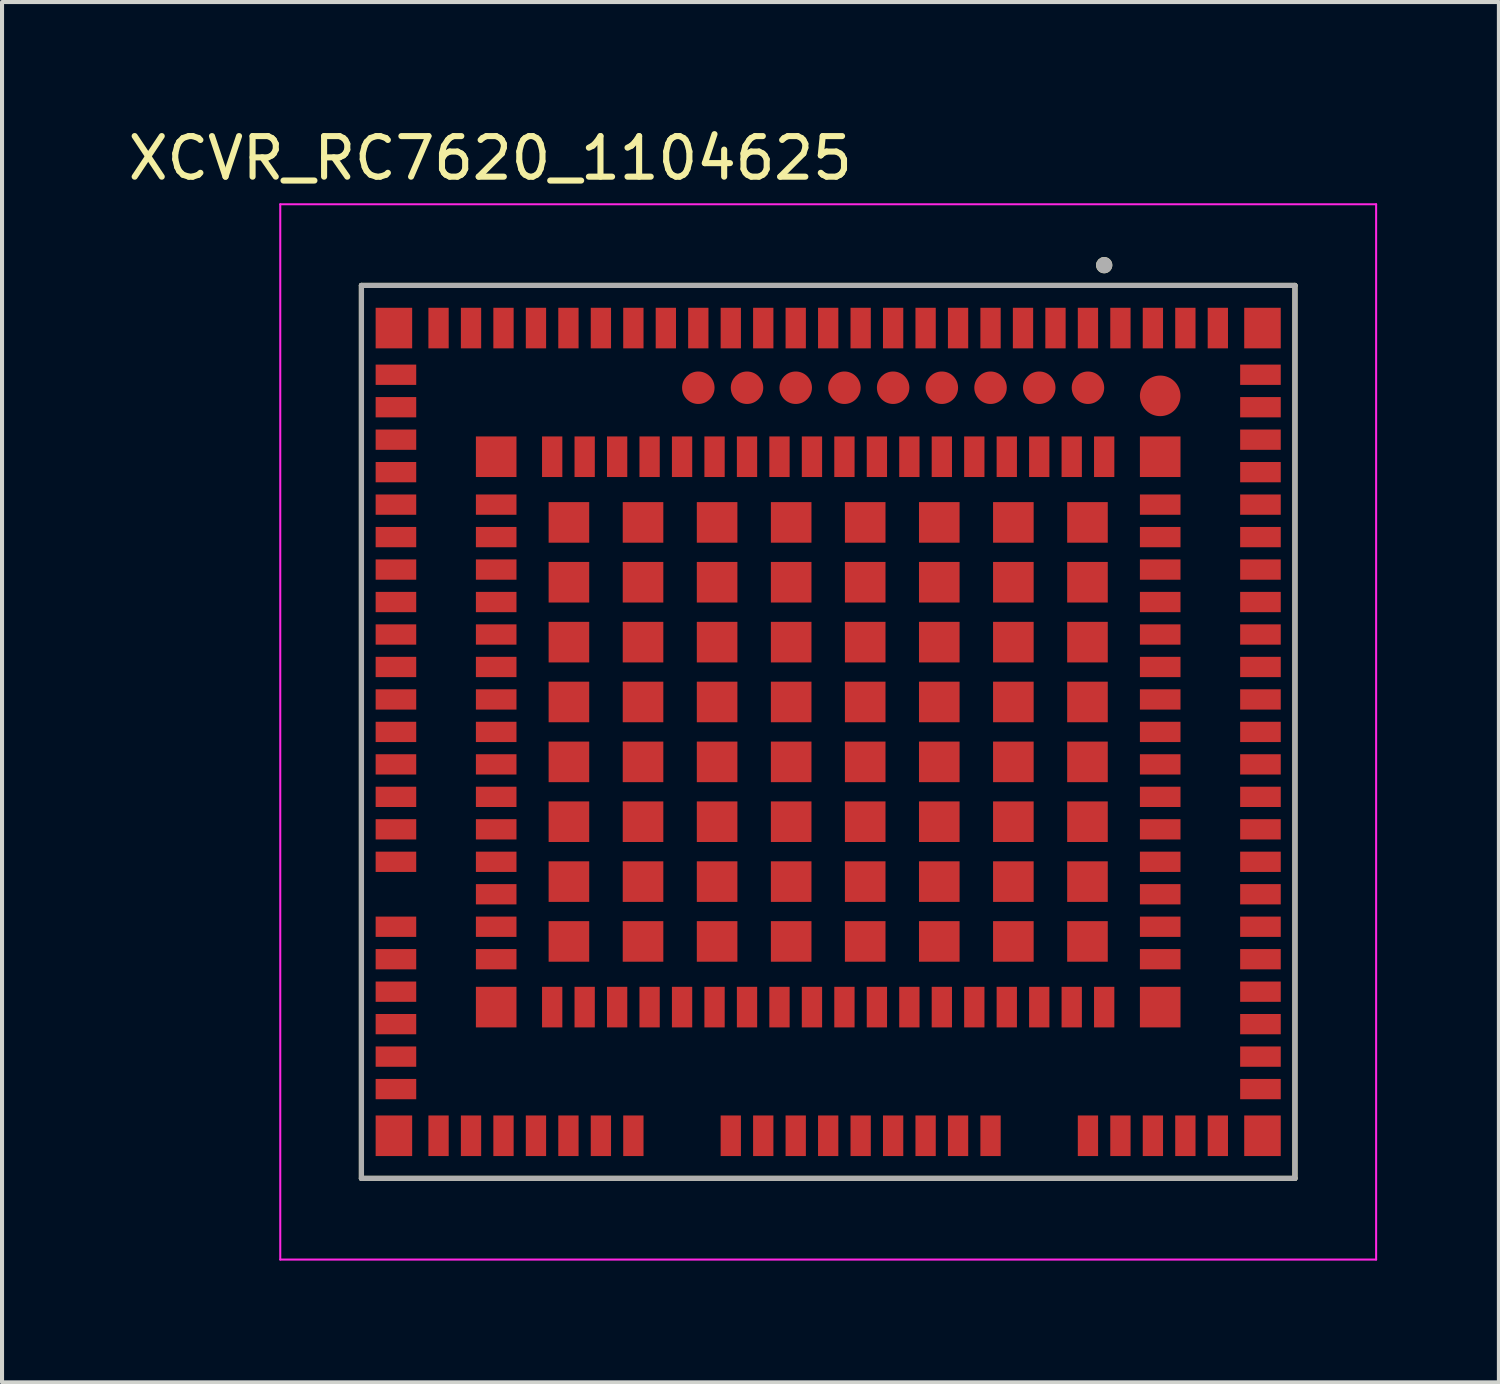
<source format=kicad_pcb>
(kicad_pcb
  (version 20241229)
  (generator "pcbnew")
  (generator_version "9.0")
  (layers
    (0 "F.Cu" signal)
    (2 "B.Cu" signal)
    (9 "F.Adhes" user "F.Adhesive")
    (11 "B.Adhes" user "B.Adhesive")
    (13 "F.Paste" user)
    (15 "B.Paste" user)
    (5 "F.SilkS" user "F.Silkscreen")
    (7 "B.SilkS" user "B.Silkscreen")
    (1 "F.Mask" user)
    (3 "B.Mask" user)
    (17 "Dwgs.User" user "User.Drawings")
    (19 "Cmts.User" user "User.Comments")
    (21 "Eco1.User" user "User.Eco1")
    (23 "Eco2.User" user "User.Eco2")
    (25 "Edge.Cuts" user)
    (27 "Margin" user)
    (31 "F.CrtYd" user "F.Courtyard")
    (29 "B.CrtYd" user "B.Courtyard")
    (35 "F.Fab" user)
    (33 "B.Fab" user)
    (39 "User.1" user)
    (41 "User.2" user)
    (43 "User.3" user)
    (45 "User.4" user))
  (footprint "XCVR_RC7620_1104625"
    (layer "F.Cu")
    (at 17.355 14.983)
    (property "Reference" "XCVR_RC7620_1104625" (at -8.325 -14.135 0) (layer "F.SilkS") (effects (font (size 1 1) (thickness 0.15))))
    (attr smd)
    (fp_circle (center -3.2 -8.48) (end -2.975 -8.48) (stroke (width 0.45) (type solid)) (fill no) (layer "F.Mask"))
    (fp_circle (center -2 -8.48) (end -1.775 -8.48) (stroke (width 0.45) (type solid)) (fill no) (layer "F.Mask"))
    (fp_circle (center -0.8 -8.48) (end -0.575 -8.48) (stroke (width 0.45) (type solid)) (fill no) (layer "F.Mask"))
    (fp_circle (center 0.4 -8.48) (end 0.625 -8.48) (stroke (width 0.45) (type solid)) (fill no) (layer "F.Mask"))
    (fp_circle (center 1.6 -8.48) (end 1.825 -8.48) (stroke (width 0.45) (type solid)) (fill no) (layer "F.Mask"))
    (fp_circle (center 2.8 -8.48) (end 3.025 -8.48) (stroke (width 0.45) (type solid)) (fill no) (layer "F.Mask"))
    (fp_circle (center 4 -8.48) (end 4.225 -8.48) (stroke (width 0.45) (type solid)) (fill no) (layer "F.Mask"))
    (fp_circle (center 5.2 -8.48) (end 5.425 -8.48) (stroke (width 0.45) (type solid)) (fill no) (layer "F.Mask"))
    (fp_circle (center 6.4 -8.48) (end 6.625 -8.48) (stroke (width 0.45) (type solid)) (fill no) (layer "F.Mask"))
    (fp_circle (center 8.18 -8.28) (end 8.455 -8.28) (stroke (width 0.55) (type solid)) (fill no) (layer "F.Mask"))
    (fp_poly (pts (xy -11.2 -10.5) (xy -10.2 -10.5) (xy -10.2 -9.4) (xy -11.2 -9.4)) (stroke (width 0.01) (type solid)) (fill yes) (layer "F.Mask"))
    (fp_poly (pts (xy -11.2 -9.1) (xy -10.1 -9.1) (xy -10.1 -8.5) (xy -11.2 -8.5)) (stroke (width 0.01) (type solid)) (fill yes) (layer "F.Mask"))
    (fp_poly (pts (xy -11.2 -8.3) (xy -10.1 -8.3) (xy -10.1 -7.7) (xy -11.2 -7.7)) (stroke (width 0.01) (type solid)) (fill yes) (layer "F.Mask"))
    (fp_poly (pts (xy -11.2 -7.5) (xy -10.1 -7.5) (xy -10.1 -6.9) (xy -11.2 -6.9)) (stroke (width 0.01) (type solid)) (fill yes) (layer "F.Mask"))
    (fp_poly (pts (xy -11.2 -6.7) (xy -10.1 -6.7) (xy -10.1 -6.1) (xy -11.2 -6.1)) (stroke (width 0.01) (type solid)) (fill yes) (layer "F.Mask"))
    (fp_poly (pts (xy -11.2 -5.9) (xy -10.1 -5.9) (xy -10.1 -5.3) (xy -11.2 -5.3)) (stroke (width 0.01) (type solid)) (fill yes) (layer "F.Mask"))
    (fp_poly (pts (xy -11.2 -5.1) (xy -10.1 -5.1) (xy -10.1 -4.5) (xy -11.2 -4.5)) (stroke (width 0.01) (type solid)) (fill yes) (layer "F.Mask"))
    (fp_poly (pts (xy -11.2 -4.3) (xy -10.1 -4.3) (xy -10.1 -3.7) (xy -11.2 -3.7)) (stroke (width 0.01) (type solid)) (fill yes) (layer "F.Mask"))
    (fp_poly (pts (xy -11.2 -3.5) (xy -10.1 -3.5) (xy -10.1 -2.9) (xy -11.2 -2.9)) (stroke (width 0.01) (type solid)) (fill yes) (layer "F.Mask"))
    (fp_poly (pts (xy -11.2 -2.7) (xy -10.1 -2.7) (xy -10.1 -2.1) (xy -11.2 -2.1)) (stroke (width 0.01) (type solid)) (fill yes) (layer "F.Mask"))
    (fp_poly (pts (xy -11.2 -1.9) (xy -10.1 -1.9) (xy -10.1 -1.3) (xy -11.2 -1.3)) (stroke (width 0.01) (type solid)) (fill yes) (layer "F.Mask"))
    (fp_poly (pts (xy -11.2 -1.1) (xy -10.1 -1.1) (xy -10.1 -0.5) (xy -11.2 -0.5)) (stroke (width 0.01) (type solid)) (fill yes) (layer "F.Mask"))
    (fp_poly (pts (xy -11.2 -0.3) (xy -10.1 -0.3) (xy -10.1 0.3) (xy -11.2 0.3)) (stroke (width 0.01) (type solid)) (fill yes) (layer "F.Mask"))
    (fp_poly (pts (xy -11.2 0.5) (xy -10.1 0.5) (xy -10.1 1.1) (xy -11.2 1.1)) (stroke (width 0.01) (type solid)) (fill yes) (layer "F.Mask"))
    (fp_poly (pts (xy -11.2 1.3) (xy -10.1 1.3) (xy -10.1 1.9) (xy -11.2 1.9)) (stroke (width 0.01) (type solid)) (fill yes) (layer "F.Mask"))
    (fp_poly (pts (xy -11.2 2.1) (xy -10.1 2.1) (xy -10.1 2.7) (xy -11.2 2.7)) (stroke (width 0.01) (type solid)) (fill yes) (layer "F.Mask"))
    (fp_poly (pts (xy -11.2 2.9) (xy -10.1 2.9) (xy -10.1 3.5) (xy -11.2 3.5)) (stroke (width 0.01) (type solid)) (fill yes) (layer "F.Mask"))
    (fp_poly (pts (xy -11.2 4.5) (xy -10.1 4.5) (xy -10.1 5.1) (xy -11.2 5.1)) (stroke (width 0.01) (type solid)) (fill yes) (layer "F.Mask"))
    (fp_poly (pts (xy -11.2 5.3) (xy -10.1 5.3) (xy -10.1 5.9) (xy -11.2 5.9)) (stroke (width 0.01) (type solid)) (fill yes) (layer "F.Mask"))
    (fp_poly (pts (xy -11.2 6.1) (xy -10.1 6.1) (xy -10.1 6.7) (xy -11.2 6.7)) (stroke (width 0.01) (type solid)) (fill yes) (layer "F.Mask"))
    (fp_poly (pts (xy -11.2 6.9) (xy -10.1 6.9) (xy -10.1 7.5) (xy -11.2 7.5)) (stroke (width 0.01) (type solid)) (fill yes) (layer "F.Mask"))
    (fp_poly (pts (xy -11.2 7.7) (xy -10.1 7.7) (xy -10.1 8.3) (xy -11.2 8.3)) (stroke (width 0.01) (type solid)) (fill yes) (layer "F.Mask"))
    (fp_poly (pts (xy -11.2 8.5) (xy -10.1 8.5) (xy -10.1 9.1) (xy -11.2 9.1)) (stroke (width 0.01) (type solid)) (fill yes) (layer "F.Mask"))
    (fp_poly (pts (xy -11.2 9.4) (xy -10.2 9.4) (xy -10.2 10.5) (xy -11.2 10.5)) (stroke (width 0.01) (type solid)) (fill yes) (layer "F.Mask"))
    (fp_poly (pts (xy -9.9 -10.5) (xy -9.3 -10.5) (xy -9.3 -9.4) (xy -9.9 -9.4)) (stroke (width 0.01) (type solid)) (fill yes) (layer "F.Mask"))
    (fp_poly (pts (xy -9.9 9.4) (xy -9.3 9.4) (xy -9.3 10.5) (xy -9.9 10.5)) (stroke (width 0.01) (type solid)) (fill yes) (layer "F.Mask"))
    (fp_poly (pts (xy -9.1 -10.5) (xy -8.5 -10.5) (xy -8.5 -9.4) (xy -9.1 -9.4)) (stroke (width 0.01) (type solid)) (fill yes) (layer "F.Mask"))
    (fp_poly (pts (xy -9.1 9.4) (xy -8.5 9.4) (xy -8.5 10.5) (xy -9.1 10.5)) (stroke (width 0.01) (type solid)) (fill yes) (layer "F.Mask"))
    (fp_poly (pts (xy -8.73 -7.33) (xy -7.63 -7.33) (xy -7.63 -6.23) (xy -8.73 -6.23)) (stroke (width 0.01) (type solid)) (fill yes) (layer "F.Mask"))
    (fp_poly (pts (xy -8.73 -5.9) (xy -7.63 -5.9) (xy -7.63 -5.3) (xy -8.73 -5.3)) (stroke (width 0.01) (type solid)) (fill yes) (layer "F.Mask"))
    (fp_poly (pts (xy -8.73 -5.1) (xy -7.63 -5.1) (xy -7.63 -4.5) (xy -8.73 -4.5)) (stroke (width 0.01) (type solid)) (fill yes) (layer "F.Mask"))
    (fp_poly (pts (xy -8.73 -4.3) (xy -7.63 -4.3) (xy -7.63 -3.7) (xy -8.73 -3.7)) (stroke (width 0.01) (type solid)) (fill yes) (layer "F.Mask"))
    (fp_poly (pts (xy -8.73 -3.5) (xy -7.63 -3.5) (xy -7.63 -2.9) (xy -8.73 -2.9)) (stroke (width 0.01) (type solid)) (fill yes) (layer "F.Mask"))
    (fp_poly (pts (xy -8.73 -2.7) (xy -7.63 -2.7) (xy -7.63 -2.1) (xy -8.73 -2.1)) (stroke (width 0.01) (type solid)) (fill yes) (layer "F.Mask"))
    (fp_poly (pts (xy -8.73 -1.9) (xy -7.63 -1.9) (xy -7.63 -1.3) (xy -8.73 -1.3)) (stroke (width 0.01) (type solid)) (fill yes) (layer "F.Mask"))
    (fp_poly (pts (xy -8.73 -1.1) (xy -7.63 -1.1) (xy -7.63 -0.5) (xy -8.73 -0.5)) (stroke (width 0.01) (type solid)) (fill yes) (layer "F.Mask"))
    (fp_poly (pts (xy -8.73 -0.3) (xy -7.63 -0.3) (xy -7.63 0.3) (xy -8.73 0.3)) (stroke (width 0.01) (type solid)) (fill yes) (layer "F.Mask"))
    (fp_poly (pts (xy -8.73 0.5) (xy -7.63 0.5) (xy -7.63 1.1) (xy -8.73 1.1)) (stroke (width 0.01) (type solid)) (fill yes) (layer "F.Mask"))
    (fp_poly (pts (xy -8.73 1.3) (xy -7.63 1.3) (xy -7.63 1.9) (xy -8.73 1.9)) (stroke (width 0.01) (type solid)) (fill yes) (layer "F.Mask"))
    (fp_poly (pts (xy -8.73 2.1) (xy -7.63 2.1) (xy -7.63 2.7) (xy -8.73 2.7)) (stroke (width 0.01) (type solid)) (fill yes) (layer "F.Mask"))
    (fp_poly (pts (xy -8.73 2.9) (xy -7.63 2.9) (xy -7.63 3.5) (xy -8.73 3.5)) (stroke (width 0.01) (type solid)) (fill yes) (layer "F.Mask"))
    (fp_poly (pts (xy -8.73 3.7) (xy -7.63 3.7) (xy -7.63 4.3) (xy -8.73 4.3)) (stroke (width 0.01) (type solid)) (fill yes) (layer "F.Mask"))
    (fp_poly (pts (xy -8.73 4.5) (xy -7.63 4.5) (xy -7.63 5.1) (xy -8.73 5.1)) (stroke (width 0.01) (type solid)) (fill yes) (layer "F.Mask"))
    (fp_poly (pts (xy -8.73 5.3) (xy -7.63 5.3) (xy -7.63 5.9) (xy -8.73 5.9)) (stroke (width 0.01) (type solid)) (fill yes) (layer "F.Mask"))
    (fp_poly (pts (xy -8.73 6.23) (xy -7.63 6.23) (xy -7.63 7.33) (xy -8.73 7.33)) (stroke (width 0.01) (type solid)) (fill yes) (layer "F.Mask"))
    (fp_poly (pts (xy -8.3 -10.5) (xy -7.7 -10.5) (xy -7.7 -9.4) (xy -8.3 -9.4)) (stroke (width 0.01) (type solid)) (fill yes) (layer "F.Mask"))
    (fp_poly (pts (xy -8.3 9.4) (xy -7.7 9.4) (xy -7.7 10.5) (xy -8.3 10.5)) (stroke (width 0.01) (type solid)) (fill yes) (layer "F.Mask"))
    (fp_poly (pts (xy -7.5 -10.5) (xy -6.9 -10.5) (xy -6.9 -9.4) (xy -7.5 -9.4)) (stroke (width 0.01) (type solid)) (fill yes) (layer "F.Mask"))
    (fp_poly (pts (xy -7.5 9.4) (xy -6.9 9.4) (xy -6.9 10.5) (xy -7.5 10.5)) (stroke (width 0.01) (type solid)) (fill yes) (layer "F.Mask"))
    (fp_poly (pts (xy -7.1 -7.33) (xy -6.5 -7.33) (xy -6.5 -6.23) (xy -7.1 -6.23)) (stroke (width 0.01) (type solid)) (fill yes) (layer "F.Mask"))
    (fp_poly (pts (xy -7.1 6.23) (xy -6.5 6.23) (xy -6.5 7.33) (xy -7.1 7.33)) (stroke (width 0.01) (type solid)) (fill yes) (layer "F.Mask"))
    (fp_poly (pts (xy -6.938 -5.713) (xy -5.838 -5.713) (xy -5.838 -4.612) (xy -6.938 -4.612)) (stroke (width 0.01) (type solid)) (fill yes) (layer "F.Mask"))
    (fp_poly (pts (xy -6.938 -4.237) (xy -5.838 -4.237) (xy -5.838 -3.138) (xy -6.938 -3.138)) (stroke (width 0.01) (type solid)) (fill yes) (layer "F.Mask"))
    (fp_poly (pts (xy -6.938 -2.763) (xy -5.838 -2.763) (xy -5.838 -1.663) (xy -6.938 -1.663)) (stroke (width 0.01) (type solid)) (fill yes) (layer "F.Mask"))
    (fp_poly (pts (xy -6.938 -1.288) (xy -5.838 -1.288) (xy -5.838 -0.188) (xy -6.938 -0.188)) (stroke (width 0.01) (type solid)) (fill yes) (layer "F.Mask"))
    (fp_poly (pts (xy -6.938 0.188) (xy -5.838 0.188) (xy -5.838 1.288) (xy -6.938 1.288)) (stroke (width 0.01) (type solid)) (fill yes) (layer "F.Mask"))
    (fp_poly (pts (xy -6.938 1.663) (xy -5.838 1.663) (xy -5.838 2.763) (xy -6.938 2.763)) (stroke (width 0.01) (type solid)) (fill yes) (layer "F.Mask"))
    (fp_poly (pts (xy -6.938 3.138) (xy -5.838 3.138) (xy -5.838 4.237) (xy -6.938 4.237)) (stroke (width 0.01) (type solid)) (fill yes) (layer "F.Mask"))
    (fp_poly (pts (xy -6.938 4.612) (xy -5.838 4.612) (xy -5.838 5.713) (xy -6.938 5.713)) (stroke (width 0.01) (type solid)) (fill yes) (layer "F.Mask"))
    (fp_poly (pts (xy -6.7 -10.5) (xy -6.1 -10.5) (xy -6.1 -9.4) (xy -6.7 -9.4)) (stroke (width 0.01) (type solid)) (fill yes) (layer "F.Mask"))
    (fp_poly (pts (xy -6.7 9.4) (xy -6.1 9.4) (xy -6.1 10.5) (xy -6.7 10.5)) (stroke (width 0.01) (type solid)) (fill yes) (layer "F.Mask"))
    (fp_poly (pts (xy -6.3 -7.33) (xy -5.7 -7.33) (xy -5.7 -6.23) (xy -6.3 -6.23)) (stroke (width 0.01) (type solid)) (fill yes) (layer "F.Mask"))
    (fp_poly (pts (xy -6.3 6.23) (xy -5.7 6.23) (xy -5.7 7.33) (xy -6.3 7.33)) (stroke (width 0.01) (type solid)) (fill yes) (layer "F.Mask"))
    (fp_poly (pts (xy -5.9 -10.5) (xy -5.3 -10.5) (xy -5.3 -9.4) (xy -5.9 -9.4)) (stroke (width 0.01) (type solid)) (fill yes) (layer "F.Mask"))
    (fp_poly (pts (xy -5.9 9.4) (xy -5.3 9.4) (xy -5.3 10.5) (xy -5.9 10.5)) (stroke (width 0.01) (type solid)) (fill yes) (layer "F.Mask"))
    (fp_poly (pts (xy -5.5 -7.33) (xy -4.9 -7.33) (xy -4.9 -6.23) (xy -5.5 -6.23)) (stroke (width 0.01) (type solid)) (fill yes) (layer "F.Mask"))
    (fp_poly (pts (xy -5.5 6.23) (xy -4.9 6.23) (xy -4.9 7.33) (xy -5.5 7.33)) (stroke (width 0.01) (type solid)) (fill yes) (layer "F.Mask"))
    (fp_poly (pts (xy -5.112 -5.713) (xy -4.013 -5.713) (xy -4.013 -4.612) (xy -5.112 -4.612)) (stroke (width 0.01) (type solid)) (fill yes) (layer "F.Mask"))
    (fp_poly (pts (xy -5.112 -4.237) (xy -4.013 -4.237) (xy -4.013 -3.138) (xy -5.112 -3.138)) (stroke (width 0.01) (type solid)) (fill yes) (layer "F.Mask"))
    (fp_poly (pts (xy -5.112 -2.763) (xy -4.013 -2.763) (xy -4.013 -1.663) (xy -5.112 -1.663)) (stroke (width 0.01) (type solid)) (fill yes) (layer "F.Mask"))
    (fp_poly (pts (xy -5.112 -1.288) (xy -4.013 -1.288) (xy -4.013 -0.188) (xy -5.112 -0.188)) (stroke (width 0.01) (type solid)) (fill yes) (layer "F.Mask"))
    (fp_poly (pts (xy -5.112 0.188) (xy -4.013 0.188) (xy -4.013 1.288) (xy -5.112 1.288)) (stroke (width 0.01) (type solid)) (fill yes) (layer "F.Mask"))
    (fp_poly (pts (xy -5.112 1.663) (xy -4.013 1.663) (xy -4.013 2.763) (xy -5.112 2.763)) (stroke (width 0.01) (type solid)) (fill yes) (layer "F.Mask"))
    (fp_poly (pts (xy -5.112 3.138) (xy -4.013 3.138) (xy -4.013 4.237) (xy -5.112 4.237)) (stroke (width 0.01) (type solid)) (fill yes) (layer "F.Mask"))
    (fp_poly (pts (xy -5.112 4.612) (xy -4.013 4.612) (xy -4.013 5.713) (xy -5.112 5.713)) (stroke (width 0.01) (type solid)) (fill yes) (layer "F.Mask"))
    (fp_poly (pts (xy -5.1 -10.5) (xy -4.5 -10.5) (xy -4.5 -9.4) (xy -5.1 -9.4)) (stroke (width 0.01) (type solid)) (fill yes) (layer "F.Mask"))
    (fp_poly (pts (xy -5.1 9.4) (xy -4.5 9.4) (xy -4.5 10.5) (xy -5.1 10.5)) (stroke (width 0.01) (type solid)) (fill yes) (layer "F.Mask"))
    (fp_poly (pts (xy -4.7 -7.33) (xy -4.1 -7.33) (xy -4.1 -6.23) (xy -4.7 -6.23)) (stroke (width 0.01) (type solid)) (fill yes) (layer "F.Mask"))
    (fp_poly (pts (xy -4.7 6.23) (xy -4.1 6.23) (xy -4.1 7.33) (xy -4.7 7.33)) (stroke (width 0.01) (type solid)) (fill yes) (layer "F.Mask"))
    (fp_poly (pts (xy -4.3 -10.5) (xy -3.7 -10.5) (xy -3.7 -9.4) (xy -4.3 -9.4)) (stroke (width 0.01) (type solid)) (fill yes) (layer "F.Mask"))
    (fp_poly (pts (xy -3.9 -7.33) (xy -3.3 -7.33) (xy -3.3 -6.23) (xy -3.9 -6.23)) (stroke (width 0.01) (type solid)) (fill yes) (layer "F.Mask"))
    (fp_poly (pts (xy -3.9 6.23) (xy -3.3 6.23) (xy -3.3 7.33) (xy -3.9 7.33)) (stroke (width 0.01) (type solid)) (fill yes) (layer "F.Mask"))
    (fp_poly (pts (xy -3.5 -10.5) (xy -2.9 -10.5) (xy -2.9 -9.4) (xy -3.5 -9.4)) (stroke (width 0.01) (type solid)) (fill yes) (layer "F.Mask"))
    (fp_poly (pts (xy -3.288 -5.713) (xy -2.188 -5.713) (xy -2.188 -4.612) (xy -3.288 -4.612)) (stroke (width 0.01) (type solid)) (fill yes) (layer "F.Mask"))
    (fp_poly (pts (xy -3.288 -4.237) (xy -2.188 -4.237) (xy -2.188 -3.138) (xy -3.288 -3.138)) (stroke (width 0.01) (type solid)) (fill yes) (layer "F.Mask"))
    (fp_poly (pts (xy -3.288 -2.763) (xy -2.188 -2.763) (xy -2.188 -1.663) (xy -3.288 -1.663)) (stroke (width 0.01) (type solid)) (fill yes) (layer "F.Mask"))
    (fp_poly (pts (xy -3.288 -1.288) (xy -2.188 -1.288) (xy -2.188 -0.188) (xy -3.288 -0.188)) (stroke (width 0.01) (type solid)) (fill yes) (layer "F.Mask"))
    (fp_poly (pts (xy -3.288 0.188) (xy -2.188 0.188) (xy -2.188 1.288) (xy -3.288 1.288)) (stroke (width 0.01) (type solid)) (fill yes) (layer "F.Mask"))
    (fp_poly (pts (xy -3.288 1.663) (xy -2.188 1.663) (xy -2.188 2.763) (xy -3.288 2.763)) (stroke (width 0.01) (type solid)) (fill yes) (layer "F.Mask"))
    (fp_poly (pts (xy -3.288 3.138) (xy -2.188 3.138) (xy -2.188 4.237) (xy -3.288 4.237)) (stroke (width 0.01) (type solid)) (fill yes) (layer "F.Mask"))
    (fp_poly (pts (xy -3.288 4.612) (xy -2.188 4.612) (xy -2.188 5.713) (xy -3.288 5.713)) (stroke (width 0.01) (type solid)) (fill yes) (layer "F.Mask"))
    (fp_poly (pts (xy -3.1 -7.33) (xy -2.5 -7.33) (xy -2.5 -6.23) (xy -3.1 -6.23)) (stroke (width 0.01) (type solid)) (fill yes) (layer "F.Mask"))
    (fp_poly (pts (xy -3.1 6.23) (xy -2.5 6.23) (xy -2.5 7.33) (xy -3.1 7.33)) (stroke (width 0.01) (type solid)) (fill yes) (layer "F.Mask"))
    (fp_poly (pts (xy -2.7 -10.5) (xy -2.1 -10.5) (xy -2.1 -9.4) (xy -2.7 -9.4)) (stroke (width 0.01) (type solid)) (fill yes) (layer "F.Mask"))
    (fp_poly (pts (xy -2.7 9.4) (xy -2.1 9.4) (xy -2.1 10.5) (xy -2.7 10.5)) (stroke (width 0.01) (type solid)) (fill yes) (layer "F.Mask"))
    (fp_poly (pts (xy -2.3 -7.33) (xy -1.7 -7.33) (xy -1.7 -6.23) (xy -2.3 -6.23)) (stroke (width 0.01) (type solid)) (fill yes) (layer "F.Mask"))
    (fp_poly (pts (xy -2.3 6.23) (xy -1.7 6.23) (xy -1.7 7.33) (xy -2.3 7.33)) (stroke (width 0.01) (type solid)) (fill yes) (layer "F.Mask"))
    (fp_poly (pts (xy -1.9 -10.5) (xy -1.3 -10.5) (xy -1.3 -9.4) (xy -1.9 -9.4)) (stroke (width 0.01) (type solid)) (fill yes) (layer "F.Mask"))
    (fp_poly (pts (xy -1.9 9.4) (xy -1.3 9.4) (xy -1.3 10.5) (xy -1.9 10.5)) (stroke (width 0.01) (type solid)) (fill yes) (layer "F.Mask"))
    (fp_poly (pts (xy -1.5 -7.33) (xy -0.9 -7.33) (xy -0.9 -6.23) (xy -1.5 -6.23)) (stroke (width 0.01) (type solid)) (fill yes) (layer "F.Mask"))
    (fp_poly (pts (xy -1.5 6.23) (xy -0.9 6.23) (xy -0.9 7.33) (xy -1.5 7.33)) (stroke (width 0.01) (type solid)) (fill yes) (layer "F.Mask"))
    (fp_poly (pts (xy -1.462 -5.713) (xy -0.362 -5.713) (xy -0.362 -4.612) (xy -1.462 -4.612)) (stroke (width 0.01) (type solid)) (fill yes) (layer "F.Mask"))
    (fp_poly (pts (xy -1.462 -4.237) (xy -0.362 -4.237) (xy -0.362 -3.138) (xy -1.462 -3.138)) (stroke (width 0.01) (type solid)) (fill yes) (layer "F.Mask"))
    (fp_poly (pts (xy -1.462 -2.763) (xy -0.362 -2.763) (xy -0.362 -1.663) (xy -1.462 -1.663)) (stroke (width 0.01) (type solid)) (fill yes) (layer "F.Mask"))
    (fp_poly (pts (xy -1.462 -1.288) (xy -0.362 -1.288) (xy -0.362 -0.188) (xy -1.462 -0.188)) (stroke (width 0.01) (type solid)) (fill yes) (layer "F.Mask"))
    (fp_poly (pts (xy -1.462 0.188) (xy -0.362 0.188) (xy -0.362 1.288) (xy -1.462 1.288)) (stroke (width 0.01) (type solid)) (fill yes) (layer "F.Mask"))
    (fp_poly (pts (xy -1.462 1.663) (xy -0.362 1.663) (xy -0.362 2.763) (xy -1.462 2.763)) (stroke (width 0.01) (type solid)) (fill yes) (layer "F.Mask"))
    (fp_poly (pts (xy -1.462 3.138) (xy -0.362 3.138) (xy -0.362 4.237) (xy -1.462 4.237)) (stroke (width 0.01) (type solid)) (fill yes) (layer "F.Mask"))
    (fp_poly (pts (xy -1.462 4.612) (xy -0.362 4.612) (xy -0.362 5.713) (xy -1.462 5.713)) (stroke (width 0.01) (type solid)) (fill yes) (layer "F.Mask"))
    (fp_poly (pts (xy -1.1 -10.5) (xy -0.5 -10.5) (xy -0.5 -9.4) (xy -1.1 -9.4)) (stroke (width 0.01) (type solid)) (fill yes) (layer "F.Mask"))
    (fp_poly (pts (xy -1.1 9.4) (xy -0.5 9.4) (xy -0.5 10.5) (xy -1.1 10.5)) (stroke (width 0.01) (type solid)) (fill yes) (layer "F.Mask"))
    (fp_poly (pts (xy -0.7 -7.33) (xy -0.1 -7.33) (xy -0.1 -6.23) (xy -0.7 -6.23)) (stroke (width 0.01) (type solid)) (fill yes) (layer "F.Mask"))
    (fp_poly (pts (xy -0.7 6.23) (xy -0.1 6.23) (xy -0.1 7.33) (xy -0.7 7.33)) (stroke (width 0.01) (type solid)) (fill yes) (layer "F.Mask"))
    (fp_poly (pts (xy -0.3 -10.5) (xy 0.3 -10.5) (xy 0.3 -9.4) (xy -0.3 -9.4)) (stroke (width 0.01) (type solid)) (fill yes) (layer "F.Mask"))
    (fp_poly (pts (xy -0.3 9.4) (xy 0.3 9.4) (xy 0.3 10.5) (xy -0.3 10.5)) (stroke (width 0.01) (type solid)) (fill yes) (layer "F.Mask"))
    (fp_poly (pts (xy 0.1 -7.33) (xy 0.7 -7.33) (xy 0.7 -6.23) (xy 0.1 -6.23)) (stroke (width 0.01) (type solid)) (fill yes) (layer "F.Mask"))
    (fp_poly (pts (xy 0.1 6.23) (xy 0.7 6.23) (xy 0.7 7.33) (xy 0.1 7.33)) (stroke (width 0.01) (type solid)) (fill yes) (layer "F.Mask"))
    (fp_poly (pts (xy 0.362 -5.713) (xy 1.462 -5.713) (xy 1.462 -4.612) (xy 0.362 -4.612)) (stroke (width 0.01) (type solid)) (fill yes) (layer "F.Mask"))
    (fp_poly (pts (xy 0.362 -4.237) (xy 1.462 -4.237) (xy 1.462 -3.138) (xy 0.362 -3.138)) (stroke (width 0.01) (type solid)) (fill yes) (layer "F.Mask"))
    (fp_poly (pts (xy 0.362 -2.763) (xy 1.462 -2.763) (xy 1.462 -1.663) (xy 0.362 -1.663)) (stroke (width 0.01) (type solid)) (fill yes) (layer "F.Mask"))
    (fp_poly (pts (xy 0.362 -1.288) (xy 1.462 -1.288) (xy 1.462 -0.188) (xy 0.362 -0.188)) (stroke (width 0.01) (type solid)) (fill yes) (layer "F.Mask"))
    (fp_poly (pts (xy 0.362 0.188) (xy 1.462 0.188) (xy 1.462 1.288) (xy 0.362 1.288)) (stroke (width 0.01) (type solid)) (fill yes) (layer "F.Mask"))
    (fp_poly (pts (xy 0.362 1.663) (xy 1.462 1.663) (xy 1.462 2.763) (xy 0.362 2.763)) (stroke (width 0.01) (type solid)) (fill yes) (layer "F.Mask"))
    (fp_poly (pts (xy 0.362 3.138) (xy 1.462 3.138) (xy 1.462 4.237) (xy 0.362 4.237)) (stroke (width 0.01) (type solid)) (fill yes) (layer "F.Mask"))
    (fp_poly (pts (xy 0.362 4.612) (xy 1.462 4.612) (xy 1.462 5.713) (xy 0.362 5.713)) (stroke (width 0.01) (type solid)) (fill yes) (layer "F.Mask"))
    (fp_poly (pts (xy 0.5 -10.5) (xy 1.1 -10.5) (xy 1.1 -9.4) (xy 0.5 -9.4)) (stroke (width 0.01) (type solid)) (fill yes) (layer "F.Mask"))
    (fp_poly (pts (xy 0.5 9.4) (xy 1.1 9.4) (xy 1.1 10.5) (xy 0.5 10.5)) (stroke (width 0.01) (type solid)) (fill yes) (layer "F.Mask"))
    (fp_poly (pts (xy 0.9 -7.33) (xy 1.5 -7.33) (xy 1.5 -6.23) (xy 0.9 -6.23)) (stroke (width 0.01) (type solid)) (fill yes) (layer "F.Mask"))
    (fp_poly (pts (xy 0.9 6.23) (xy 1.5 6.23) (xy 1.5 7.33) (xy 0.9 7.33)) (stroke (width 0.01) (type solid)) (fill yes) (layer "F.Mask"))
    (fp_poly (pts (xy 1.3 -10.5) (xy 1.9 -10.5) (xy 1.9 -9.4) (xy 1.3 -9.4)) (stroke (width 0.01) (type solid)) (fill yes) (layer "F.Mask"))
    (fp_poly (pts (xy 1.3 9.4) (xy 1.9 9.4) (xy 1.9 10.5) (xy 1.3 10.5)) (stroke (width 0.01) (type solid)) (fill yes) (layer "F.Mask"))
    (fp_poly (pts (xy 1.7 -7.33) (xy 2.3 -7.33) (xy 2.3 -6.23) (xy 1.7 -6.23)) (stroke (width 0.01) (type solid)) (fill yes) (layer "F.Mask"))
    (fp_poly (pts (xy 1.7 6.23) (xy 2.3 6.23) (xy 2.3 7.33) (xy 1.7 7.33)) (stroke (width 0.01) (type solid)) (fill yes) (layer "F.Mask"))
    (fp_poly (pts (xy 2.1 -10.5) (xy 2.7 -10.5) (xy 2.7 -9.4) (xy 2.1 -9.4)) (stroke (width 0.01) (type solid)) (fill yes) (layer "F.Mask"))
    (fp_poly (pts (xy 2.1 9.4) (xy 2.7 9.4) (xy 2.7 10.5) (xy 2.1 10.5)) (stroke (width 0.01) (type solid)) (fill yes) (layer "F.Mask"))
    (fp_poly (pts (xy 2.188 -5.713) (xy 3.288 -5.713) (xy 3.288 -4.612) (xy 2.188 -4.612)) (stroke (width 0.01) (type solid)) (fill yes) (layer "F.Mask"))
    (fp_poly (pts (xy 2.188 -4.237) (xy 3.288 -4.237) (xy 3.288 -3.138) (xy 2.188 -3.138)) (stroke (width 0.01) (type solid)) (fill yes) (layer "F.Mask"))
    (fp_poly (pts (xy 2.188 -2.763) (xy 3.288 -2.763) (xy 3.288 -1.663) (xy 2.188 -1.663)) (stroke (width 0.01) (type solid)) (fill yes) (layer "F.Mask"))
    (fp_poly (pts (xy 2.188 -1.288) (xy 3.288 -1.288) (xy 3.288 -0.188) (xy 2.188 -0.188)) (stroke (width 0.01) (type solid)) (fill yes) (layer "F.Mask"))
    (fp_poly (pts (xy 2.188 0.188) (xy 3.288 0.188) (xy 3.288 1.288) (xy 2.188 1.288)) (stroke (width 0.01) (type solid)) (fill yes) (layer "F.Mask"))
    (fp_poly (pts (xy 2.188 1.663) (xy 3.288 1.663) (xy 3.288 2.763) (xy 2.188 2.763)) (stroke (width 0.01) (type solid)) (fill yes) (layer "F.Mask"))
    (fp_poly (pts (xy 2.188 3.138) (xy 3.288 3.138) (xy 3.288 4.237) (xy 2.188 4.237)) (stroke (width 0.01) (type solid)) (fill yes) (layer "F.Mask"))
    (fp_poly (pts (xy 2.188 4.612) (xy 3.288 4.612) (xy 3.288 5.713) (xy 2.188 5.713)) (stroke (width 0.01) (type solid)) (fill yes) (layer "F.Mask"))
    (fp_poly (pts (xy 2.5 -7.33) (xy 3.1 -7.33) (xy 3.1 -6.23) (xy 2.5 -6.23)) (stroke (width 0.01) (type solid)) (fill yes) (layer "F.Mask"))
    (fp_poly (pts (xy 2.5 6.23) (xy 3.1 6.23) (xy 3.1 7.33) (xy 2.5 7.33)) (stroke (width 0.01) (type solid)) (fill yes) (layer "F.Mask"))
    (fp_poly (pts (xy 2.9 -10.5) (xy 3.5 -10.5) (xy 3.5 -9.4) (xy 2.9 -9.4)) (stroke (width 0.01) (type solid)) (fill yes) (layer "F.Mask"))
    (fp_poly (pts (xy 2.9 9.4) (xy 3.5 9.4) (xy 3.5 10.5) (xy 2.9 10.5)) (stroke (width 0.01) (type solid)) (fill yes) (layer "F.Mask"))
    (fp_poly (pts (xy 3.3 -7.33) (xy 3.9 -7.33) (xy 3.9 -6.23) (xy 3.3 -6.23)) (stroke (width 0.01) (type solid)) (fill yes) (layer "F.Mask"))
    (fp_poly (pts (xy 3.3 6.23) (xy 3.9 6.23) (xy 3.9 7.33) (xy 3.3 7.33)) (stroke (width 0.01) (type solid)) (fill yes) (layer "F.Mask"))
    (fp_poly (pts (xy 3.7 -10.5) (xy 4.3 -10.5) (xy 4.3 -9.4) (xy 3.7 -9.4)) (stroke (width 0.01) (type solid)) (fill yes) (layer "F.Mask"))
    (fp_poly (pts (xy 3.7 9.4) (xy 4.3 9.4) (xy 4.3 10.5) (xy 3.7 10.5)) (stroke (width 0.01) (type solid)) (fill yes) (layer "F.Mask"))
    (fp_poly (pts (xy 4.013 -5.713) (xy 5.112 -5.713) (xy 5.112 -4.612) (xy 4.013 -4.612)) (stroke (width 0.01) (type solid)) (fill yes) (layer "F.Mask"))
    (fp_poly (pts (xy 4.013 -4.237) (xy 5.112 -4.237) (xy 5.112 -3.138) (xy 4.013 -3.138)) (stroke (width 0.01) (type solid)) (fill yes) (layer "F.Mask"))
    (fp_poly (pts (xy 4.013 -2.763) (xy 5.112 -2.763) (xy 5.112 -1.663) (xy 4.013 -1.663)) (stroke (width 0.01) (type solid)) (fill yes) (layer "F.Mask"))
    (fp_poly (pts (xy 4.013 -1.288) (xy 5.112 -1.288) (xy 5.112 -0.188) (xy 4.013 -0.188)) (stroke (width 0.01) (type solid)) (fill yes) (layer "F.Mask"))
    (fp_poly (pts (xy 4.013 0.188) (xy 5.112 0.188) (xy 5.112 1.288) (xy 4.013 1.288)) (stroke (width 0.01) (type solid)) (fill yes) (layer "F.Mask"))
    (fp_poly (pts (xy 4.013 1.663) (xy 5.112 1.663) (xy 5.112 2.763) (xy 4.013 2.763)) (stroke (width 0.01) (type solid)) (fill yes) (layer "F.Mask"))
    (fp_poly (pts (xy 4.013 3.138) (xy 5.112 3.138) (xy 5.112 4.237) (xy 4.013 4.237)) (stroke (width 0.01) (type solid)) (fill yes) (layer "F.Mask"))
    (fp_poly (pts (xy 4.013 4.612) (xy 5.112 4.612) (xy 5.112 5.713) (xy 4.013 5.713)) (stroke (width 0.01) (type solid)) (fill yes) (layer "F.Mask"))
    (fp_poly (pts (xy 4.1 -7.33) (xy 4.7 -7.33) (xy 4.7 -6.23) (xy 4.1 -6.23)) (stroke (width 0.01) (type solid)) (fill yes) (layer "F.Mask"))
    (fp_poly (pts (xy 4.1 6.23) (xy 4.7 6.23) (xy 4.7 7.33) (xy 4.1 7.33)) (stroke (width 0.01) (type solid)) (fill yes) (layer "F.Mask"))
    (fp_poly (pts (xy 4.5 -10.5) (xy 5.1 -10.5) (xy 5.1 -9.4) (xy 4.5 -9.4)) (stroke (width 0.01) (type solid)) (fill yes) (layer "F.Mask"))
    (fp_poly (pts (xy 4.9 -7.33) (xy 5.5 -7.33) (xy 5.5 -6.23) (xy 4.9 -6.23)) (stroke (width 0.01) (type solid)) (fill yes) (layer "F.Mask"))
    (fp_poly (pts (xy 4.9 6.23) (xy 5.5 6.23) (xy 5.5 7.33) (xy 4.9 7.33)) (stroke (width 0.01) (type solid)) (fill yes) (layer "F.Mask"))
    (fp_poly (pts (xy 5.3 -10.5) (xy 5.9 -10.5) (xy 5.9 -9.4) (xy 5.3 -9.4)) (stroke (width 0.01) (type solid)) (fill yes) (layer "F.Mask"))
    (fp_poly (pts (xy 5.7 -7.33) (xy 6.3 -7.33) (xy 6.3 -6.23) (xy 5.7 -6.23)) (stroke (width 0.01) (type solid)) (fill yes) (layer "F.Mask"))
    (fp_poly (pts (xy 5.7 6.23) (xy 6.3 6.23) (xy 6.3 7.33) (xy 5.7 7.33)) (stroke (width 0.01) (type solid)) (fill yes) (layer "F.Mask"))
    (fp_poly (pts (xy 5.838 -5.713) (xy 6.938 -5.713) (xy 6.938 -4.612) (xy 5.838 -4.612)) (stroke (width 0.01) (type solid)) (fill yes) (layer "F.Mask"))
    (fp_poly (pts (xy 5.838 -4.237) (xy 6.938 -4.237) (xy 6.938 -3.138) (xy 5.838 -3.138)) (stroke (width 0.01) (type solid)) (fill yes) (layer "F.Mask"))
    (fp_poly (pts (xy 5.838 -2.763) (xy 6.938 -2.763) (xy 6.938 -1.663) (xy 5.838 -1.663)) (stroke (width 0.01) (type solid)) (fill yes) (layer "F.Mask"))
    (fp_poly (pts (xy 5.838 -1.288) (xy 6.938 -1.288) (xy 6.938 -0.188) (xy 5.838 -0.188)) (stroke (width 0.01) (type solid)) (fill yes) (layer "F.Mask"))
    (fp_poly (pts (xy 5.838 0.188) (xy 6.938 0.188) (xy 6.938 1.288) (xy 5.838 1.288)) (stroke (width 0.01) (type solid)) (fill yes) (layer "F.Mask"))
    (fp_poly (pts (xy 5.838 1.663) (xy 6.938 1.663) (xy 6.938 2.763) (xy 5.838 2.763)) (stroke (width 0.01) (type solid)) (fill yes) (layer "F.Mask"))
    (fp_poly (pts (xy 5.838 3.138) (xy 6.938 3.138) (xy 6.938 4.237) (xy 5.838 4.237)) (stroke (width 0.01) (type solid)) (fill yes) (layer "F.Mask"))
    (fp_poly (pts (xy 5.838 4.612) (xy 6.938 4.612) (xy 6.938 5.713) (xy 5.838 5.713)) (stroke (width 0.01) (type solid)) (fill yes) (layer "F.Mask"))
    (fp_poly (pts (xy 6.1 -10.5) (xy 6.7 -10.5) (xy 6.7 -9.4) (xy 6.1 -9.4)) (stroke (width 0.01) (type solid)) (fill yes) (layer "F.Mask"))
    (fp_poly (pts (xy 6.1 9.4) (xy 6.7 9.4) (xy 6.7 10.5) (xy 6.1 10.5)) (stroke (width 0.01) (type solid)) (fill yes) (layer "F.Mask"))
    (fp_poly (pts (xy 6.5 -7.33) (xy 7.1 -7.33) (xy 7.1 -6.23) (xy 6.5 -6.23)) (stroke (width 0.01) (type solid)) (fill yes) (layer "F.Mask"))
    (fp_poly (pts (xy 6.5 6.23) (xy 7.1 6.23) (xy 7.1 7.33) (xy 6.5 7.33)) (stroke (width 0.01) (type solid)) (fill yes) (layer "F.Mask"))
    (fp_poly (pts (xy 6.9 -10.5) (xy 7.5 -10.5) (xy 7.5 -9.4) (xy 6.9 -9.4)) (stroke (width 0.01) (type solid)) (fill yes) (layer "F.Mask"))
    (fp_poly (pts (xy 6.9 9.4) (xy 7.5 9.4) (xy 7.5 10.5) (xy 6.9 10.5)) (stroke (width 0.01) (type solid)) (fill yes) (layer "F.Mask"))
    (fp_poly (pts (xy 7.63 -7.33) (xy 8.73 -7.33) (xy 8.73 -6.23) (xy 7.63 -6.23)) (stroke (width 0.01) (type solid)) (fill yes) (layer "F.Mask"))
    (fp_poly (pts (xy 7.63 -5.9) (xy 8.73 -5.9) (xy 8.73 -5.3) (xy 7.63 -5.3)) (stroke (width 0.01) (type solid)) (fill yes) (layer "F.Mask"))
    (fp_poly (pts (xy 7.63 -5.1) (xy 8.73 -5.1) (xy 8.73 -4.5) (xy 7.63 -4.5)) (stroke (width 0.01) (type solid)) (fill yes) (layer "F.Mask"))
    (fp_poly (pts (xy 7.63 -4.3) (xy 8.73 -4.3) (xy 8.73 -3.7) (xy 7.63 -3.7)) (stroke (width 0.01) (type solid)) (fill yes) (layer "F.Mask"))
    (fp_poly (pts (xy 7.63 -3.5) (xy 8.73 -3.5) (xy 8.73 -2.9) (xy 7.63 -2.9)) (stroke (width 0.01) (type solid)) (fill yes) (layer "F.Mask"))
    (fp_poly (pts (xy 7.63 -2.7) (xy 8.73 -2.7) (xy 8.73 -2.1) (xy 7.63 -2.1)) (stroke (width 0.01) (type solid)) (fill yes) (layer "F.Mask"))
    (fp_poly (pts (xy 7.63 -1.9) (xy 8.73 -1.9) (xy 8.73 -1.3) (xy 7.63 -1.3)) (stroke (width 0.01) (type solid)) (fill yes) (layer "F.Mask"))
    (fp_poly (pts (xy 7.63 -1.1) (xy 8.73 -1.1) (xy 8.73 -0.5) (xy 7.63 -0.5)) (stroke (width 0.01) (type solid)) (fill yes) (layer "F.Mask"))
    (fp_poly (pts (xy 7.63 -0.3) (xy 8.73 -0.3) (xy 8.73 0.3) (xy 7.63 0.3)) (stroke (width 0.01) (type solid)) (fill yes) (layer "F.Mask"))
    (fp_poly (pts (xy 7.63 0.5) (xy 8.73 0.5) (xy 8.73 1.1) (xy 7.63 1.1)) (stroke (width 0.01) (type solid)) (fill yes) (layer "F.Mask"))
    (fp_poly (pts (xy 7.63 1.3) (xy 8.73 1.3) (xy 8.73 1.9) (xy 7.63 1.9)) (stroke (width 0.01) (type solid)) (fill yes) (layer "F.Mask"))
    (fp_poly (pts (xy 7.63 2.1) (xy 8.73 2.1) (xy 8.73 2.7) (xy 7.63 2.7)) (stroke (width 0.01) (type solid)) (fill yes) (layer "F.Mask"))
    (fp_poly (pts (xy 7.63 2.9) (xy 8.73 2.9) (xy 8.73 3.5) (xy 7.63 3.5)) (stroke (width 0.01) (type solid)) (fill yes) (layer "F.Mask"))
    (fp_poly (pts (xy 7.63 3.7) (xy 8.73 3.7) (xy 8.73 4.3) (xy 7.63 4.3)) (stroke (width 0.01) (type solid)) (fill yes) (layer "F.Mask"))
    (fp_poly (pts (xy 7.63 4.5) (xy 8.73 4.5) (xy 8.73 5.1) (xy 7.63 5.1)) (stroke (width 0.01) (type solid)) (fill yes) (layer "F.Mask"))
    (fp_poly (pts (xy 7.63 5.3) (xy 8.73 5.3) (xy 8.73 5.9) (xy 7.63 5.9)) (stroke (width 0.01) (type solid)) (fill yes) (layer "F.Mask"))
    (fp_poly (pts (xy 7.63 6.23) (xy 8.73 6.23) (xy 8.73 7.33) (xy 7.63 7.33)) (stroke (width 0.01) (type solid)) (fill yes) (layer "F.Mask"))
    (fp_poly (pts (xy 7.7 -10.5) (xy 8.3 -10.5) (xy 8.3 -9.4) (xy 7.7 -9.4)) (stroke (width 0.01) (type solid)) (fill yes) (layer "F.Mask"))
    (fp_poly (pts (xy 7.7 9.4) (xy 8.3 9.4) (xy 8.3 10.5) (xy 7.7 10.5)) (stroke (width 0.01) (type solid)) (fill yes) (layer "F.Mask"))
    (fp_poly (pts (xy 8.5 -10.5) (xy 9.1 -10.5) (xy 9.1 -9.4) (xy 8.5 -9.4)) (stroke (width 0.01) (type solid)) (fill yes) (layer "F.Mask"))
    (fp_poly (pts (xy 8.5 9.4) (xy 9.1 9.4) (xy 9.1 10.5) (xy 8.5 10.5)) (stroke (width 0.01) (type solid)) (fill yes) (layer "F.Mask"))
    (fp_poly (pts (xy 9.3 -10.5) (xy 9.9 -10.5) (xy 9.9 -9.4) (xy 9.3 -9.4)) (stroke (width 0.01) (type solid)) (fill yes) (layer "F.Mask"))
    (fp_poly (pts (xy 9.3 9.4) (xy 9.9 9.4) (xy 9.9 10.5) (xy 9.3 10.5)) (stroke (width 0.01) (type solid)) (fill yes) (layer "F.Mask"))
    (fp_poly (pts (xy 10.1 -9.1) (xy 11.2 -9.1) (xy 11.2 -8.5) (xy 10.1 -8.5)) (stroke (width 0.01) (type solid)) (fill yes) (layer "F.Mask"))
    (fp_poly (pts (xy 10.1 -8.3) (xy 11.2 -8.3) (xy 11.2 -7.7) (xy 10.1 -7.7)) (stroke (width 0.01) (type solid)) (fill yes) (layer "F.Mask"))
    (fp_poly (pts (xy 10.1 -7.5) (xy 11.2 -7.5) (xy 11.2 -6.9) (xy 10.1 -6.9)) (stroke (width 0.01) (type solid)) (fill yes) (layer "F.Mask"))
    (fp_poly (pts (xy 10.1 -6.7) (xy 11.2 -6.7) (xy 11.2 -6.1) (xy 10.1 -6.1)) (stroke (width 0.01) (type solid)) (fill yes) (layer "F.Mask"))
    (fp_poly (pts (xy 10.1 -5.9) (xy 11.2 -5.9) (xy 11.2 -5.3) (xy 10.1 -5.3)) (stroke (width 0.01) (type solid)) (fill yes) (layer "F.Mask"))
    (fp_poly (pts (xy 10.1 -5.1) (xy 11.2 -5.1) (xy 11.2 -4.5) (xy 10.1 -4.5)) (stroke (width 0.01) (type solid)) (fill yes) (layer "F.Mask"))
    (fp_poly (pts (xy 10.1 -4.3) (xy 11.2 -4.3) (xy 11.2 -3.7) (xy 10.1 -3.7)) (stroke (width 0.01) (type solid)) (fill yes) (layer "F.Mask"))
    (fp_poly (pts (xy 10.1 -3.5) (xy 11.2 -3.5) (xy 11.2 -2.9) (xy 10.1 -2.9)) (stroke (width 0.01) (type solid)) (fill yes) (layer "F.Mask"))
    (fp_poly (pts (xy 10.1 -2.7) (xy 11.2 -2.7) (xy 11.2 -2.1) (xy 10.1 -2.1)) (stroke (width 0.01) (type solid)) (fill yes) (layer "F.Mask"))
    (fp_poly (pts (xy 10.1 -1.9) (xy 11.2 -1.9) (xy 11.2 -1.3) (xy 10.1 -1.3)) (stroke (width 0.01) (type solid)) (fill yes) (layer "F.Mask"))
    (fp_poly (pts (xy 10.1 -1.1) (xy 11.2 -1.1) (xy 11.2 -0.5) (xy 10.1 -0.5)) (stroke (width 0.01) (type solid)) (fill yes) (layer "F.Mask"))
    (fp_poly (pts (xy 10.1 -0.3) (xy 11.2 -0.3) (xy 11.2 0.3) (xy 10.1 0.3)) (stroke (width 0.01) (type solid)) (fill yes) (layer "F.Mask"))
    (fp_poly (pts (xy 10.1 0.5) (xy 11.2 0.5) (xy 11.2 1.1) (xy 10.1 1.1)) (stroke (width 0.01) (type solid)) (fill yes) (layer "F.Mask"))
    (fp_poly (pts (xy 10.1 1.3) (xy 11.2 1.3) (xy 11.2 1.9) (xy 10.1 1.9)) (stroke (width 0.01) (type solid)) (fill yes) (layer "F.Mask"))
    (fp_poly (pts (xy 10.1 2.1) (xy 11.2 2.1) (xy 11.2 2.7) (xy 10.1 2.7)) (stroke (width 0.01) (type solid)) (fill yes) (layer "F.Mask"))
    (fp_poly (pts (xy 10.1 2.9) (xy 11.2 2.9) (xy 11.2 3.5) (xy 10.1 3.5)) (stroke (width 0.01) (type solid)) (fill yes) (layer "F.Mask"))
    (fp_poly (pts (xy 10.1 3.7) (xy 11.2 3.7) (xy 11.2 4.3) (xy 10.1 4.3)) (stroke (width 0.01) (type solid)) (fill yes) (layer "F.Mask"))
    (fp_poly (pts (xy 10.1 4.5) (xy 11.2 4.5) (xy 11.2 5.1) (xy 10.1 5.1)) (stroke (width 0.01) (type solid)) (fill yes) (layer "F.Mask"))
    (fp_poly (pts (xy 10.1 5.3) (xy 11.2 5.3) (xy 11.2 5.9) (xy 10.1 5.9)) (stroke (width 0.01) (type solid)) (fill yes) (layer "F.Mask"))
    (fp_poly (pts (xy 10.1 6.1) (xy 11.2 6.1) (xy 11.2 6.7) (xy 10.1 6.7)) (stroke (width 0.01) (type solid)) (fill yes) (layer "F.Mask"))
    (fp_poly (pts (xy 10.1 6.9) (xy 11.2 6.9) (xy 11.2 7.5) (xy 10.1 7.5)) (stroke (width 0.01) (type solid)) (fill yes) (layer "F.Mask"))
    (fp_poly (pts (xy 10.1 7.7) (xy 11.2 7.7) (xy 11.2 8.3) (xy 10.1 8.3)) (stroke (width 0.01) (type solid)) (fill yes) (layer "F.Mask"))
    (fp_poly (pts (xy 10.1 8.5) (xy 11.2 8.5) (xy 11.2 9.1) (xy 10.1 9.1)) (stroke (width 0.01) (type solid)) (fill yes) (layer "F.Mask"))
    (fp_poly (pts (xy 10.2 -10.5) (xy 11.2 -10.5) (xy 11.2 -9.4) (xy 10.2 -9.4)) (stroke (width 0.01) (type solid)) (fill yes) (layer "F.Mask"))
    (fp_poly (pts (xy 10.2 9.4) (xy 11.2 9.4) (xy 11.2 10.5) (xy 10.2 10.5)) (stroke (width 0.01) (type solid)) (fill yes) (layer "F.Mask"))
    (fp_line (start -11.5 -11) (end -11.5 11) (stroke (width 0.127) (type solid)) (layer "F.SilkS"))
    (fp_line (start -11.5 11) (end 11.5 11) (stroke (width 0.127) (type solid)) (layer "F.SilkS"))
    (fp_line (start 11.5 -11) (end -11.5 -11) (stroke (width 0.127) (type solid)) (layer "F.SilkS"))
    (fp_line (start 11.5 11) (end 11.5 -11) (stroke (width 0.127) (type solid)) (layer "F.SilkS"))
    (fp_circle (center 6.8 -11.5) (end 6.9 -11.5) (stroke (width 0.2) (type solid)) (fill no) (layer "F.SilkS"))
    (fp_circle (center -3.2 -8.48) (end -3.02 -8.48) (stroke (width 0.36) (type solid)) (fill no) (layer "F.Paste"))
    (fp_circle (center -2 -8.48) (end -1.82 -8.48) (stroke (width 0.36) (type solid)) (fill no) (layer "F.Paste"))
    (fp_circle (center -0.8 -8.48) (end -0.62 -8.48) (stroke (width 0.36) (type solid)) (fill no) (layer "F.Paste"))
    (fp_circle (center 0.4 -8.48) (end 0.58 -8.48) (stroke (width 0.36) (type solid)) (fill no) (layer "F.Paste"))
    (fp_circle (center 1.6 -8.48) (end 1.78 -8.48) (stroke (width 0.36) (type solid)) (fill no) (layer "F.Paste"))
    (fp_circle (center 2.8 -8.48) (end 2.98 -8.48) (stroke (width 0.36) (type solid)) (fill no) (layer "F.Paste"))
    (fp_circle (center 4 -8.48) (end 4.18 -8.48) (stroke (width 0.36) (type solid)) (fill no) (layer "F.Paste"))
    (fp_circle (center 5.2 -8.48) (end 5.38 -8.48) (stroke (width 0.36) (type solid)) (fill no) (layer "F.Paste"))
    (fp_circle (center 6.4 -8.48) (end 6.58 -8.48) (stroke (width 0.36) (type solid)) (fill no) (layer "F.Paste"))
    (fp_poly (pts (xy -11.15 -9.45) (xy -11.15 -9.905) (xy -10.695 -9.45)) (stroke (width 0.01) (type solid)) (fill yes) (layer "F.Paste"))
    (fp_poly (pts (xy -11.15 10.45) (xy -11.15 9.995) (xy -10.695 10.45)) (stroke (width 0.01) (type solid)) (fill yes) (layer "F.Paste"))
    (fp_poly (pts (xy -10.25 -10.45) (xy -10.25 -9.995) (xy -10.705 -10.45)) (stroke (width 0.01) (type solid)) (fill yes) (layer "F.Paste"))
    (fp_poly (pts (xy -10.25 9.45) (xy -10.25 9.905) (xy -10.705 9.45)) (stroke (width 0.01) (type solid)) (fill yes) (layer "F.Paste"))
    (fp_poly (pts (xy 10.25 -9.45) (xy 10.25 -9.905) (xy 10.705 -9.45)) (stroke (width 0.01) (type solid)) (fill yes) (layer "F.Paste"))
    (fp_poly (pts (xy 10.25 10.45) (xy 10.25 9.995) (xy 10.705 10.45)) (stroke (width 0.01) (type solid)) (fill yes) (layer "F.Paste"))
    (fp_poly (pts (xy 11.15 -10.45) (xy 11.15 -9.995) (xy 10.695 -10.45)) (stroke (width 0.01) (type solid)) (fill yes) (layer "F.Paste"))
    (fp_poly (pts (xy 11.15 9.45) (xy 11.15 9.905) (xy 10.695 9.45)) (stroke (width 0.01) (type solid)) (fill yes) (layer "F.Paste"))
    (fp_poly (pts (xy -11.11 -9.01) (xy -10.19 -9.01) (xy -10.19 -8.59) (xy -11.11 -8.59)) (stroke (width 0.01) (type solid)) (fill yes) (layer "F.Paste"))
    (fp_poly (pts (xy -11.11 -8.21) (xy -10.19 -8.21) (xy -10.19 -7.79) (xy -11.11 -7.79)) (stroke (width 0.01) (type solid)) (fill yes) (layer "F.Paste"))
    (fp_poly (pts (xy -11.11 -7.41) (xy -10.19 -7.41) (xy -10.19 -6.99) (xy -11.11 -6.99)) (stroke (width 0.01) (type solid)) (fill yes) (layer "F.Paste"))
    (fp_poly (pts (xy -11.11 -6.61) (xy -10.19 -6.61) (xy -10.19 -6.19) (xy -11.11 -6.19)) (stroke (width 0.01) (type solid)) (fill yes) (layer "F.Paste"))
    (fp_poly (pts (xy -11.11 -5.81) (xy -10.19 -5.81) (xy -10.19 -5.39) (xy -11.11 -5.39)) (stroke (width 0.01) (type solid)) (fill yes) (layer "F.Paste"))
    (fp_poly (pts (xy -11.11 -5.01) (xy -10.19 -5.01) (xy -10.19 -4.59) (xy -11.11 -4.59)) (stroke (width 0.01) (type solid)) (fill yes) (layer "F.Paste"))
    (fp_poly (pts (xy -11.11 -4.21) (xy -10.19 -4.21) (xy -10.19 -3.79) (xy -11.11 -3.79)) (stroke (width 0.01) (type solid)) (fill yes) (layer "F.Paste"))
    (fp_poly (pts (xy -11.11 -3.41) (xy -10.19 -3.41) (xy -10.19 -2.99) (xy -11.11 -2.99)) (stroke (width 0.01) (type solid)) (fill yes) (layer "F.Paste"))
    (fp_poly (pts (xy -11.11 -2.61) (xy -10.19 -2.61) (xy -10.19 -2.19) (xy -11.11 -2.19)) (stroke (width 0.01) (type solid)) (fill yes) (layer "F.Paste"))
    (fp_poly (pts (xy -11.11 -1.81) (xy -10.19 -1.81) (xy -10.19 -1.39) (xy -11.11 -1.39)) (stroke (width 0.01) (type solid)) (fill yes) (layer "F.Paste"))
    (fp_poly (pts (xy -11.11 -1.01) (xy -10.19 -1.01) (xy -10.19 -0.59) (xy -11.11 -0.59)) (stroke (width 0.01) (type solid)) (fill yes) (layer "F.Paste"))
    (fp_poly (pts (xy -11.11 -0.21) (xy -10.19 -0.21) (xy -10.19 0.21) (xy -11.11 0.21)) (stroke (width 0.01) (type solid)) (fill yes) (layer "F.Paste"))
    (fp_poly (pts (xy -11.11 0.59) (xy -10.19 0.59) (xy -10.19 1.01) (xy -11.11 1.01)) (stroke (width 0.01) (type solid)) (fill yes) (layer "F.Paste"))
    (fp_poly (pts (xy -11.11 1.39) (xy -10.19 1.39) (xy -10.19 1.81) (xy -11.11 1.81)) (stroke (width 0.01) (type solid)) (fill yes) (layer "F.Paste"))
    (fp_poly (pts (xy -11.11 2.19) (xy -10.19 2.19) (xy -10.19 2.61) (xy -11.11 2.61)) (stroke (width 0.01) (type solid)) (fill yes) (layer "F.Paste"))
    (fp_poly (pts (xy -11.11 2.99) (xy -10.19 2.99) (xy -10.19 3.41) (xy -11.11 3.41)) (stroke (width 0.01) (type solid)) (fill yes) (layer "F.Paste"))
    (fp_poly (pts (xy -11.11 4.59) (xy -10.19 4.59) (xy -10.19 5.01) (xy -11.11 5.01)) (stroke (width 0.01) (type solid)) (fill yes) (layer "F.Paste"))
    (fp_poly (pts (xy -11.11 5.39) (xy -10.19 5.39) (xy -10.19 5.81) (xy -11.11 5.81)) (stroke (width 0.01) (type solid)) (fill yes) (layer "F.Paste"))
    (fp_poly (pts (xy -11.11 6.19) (xy -10.19 6.19) (xy -10.19 6.61) (xy -11.11 6.61)) (stroke (width 0.01) (type solid)) (fill yes) (layer "F.Paste"))
    (fp_poly (pts (xy -11.11 6.99) (xy -10.19 6.99) (xy -10.19 7.41) (xy -11.11 7.41)) (stroke (width 0.01) (type solid)) (fill yes) (layer "F.Paste"))
    (fp_poly (pts (xy -11.11 7.79) (xy -10.19 7.79) (xy -10.19 8.21) (xy -11.11 8.21)) (stroke (width 0.01) (type solid)) (fill yes) (layer "F.Paste"))
    (fp_poly (pts (xy -11.11 8.59) (xy -10.19 8.59) (xy -10.19 9.01) (xy -11.11 9.01)) (stroke (width 0.01) (type solid)) (fill yes) (layer "F.Paste"))
    (fp_poly (pts (xy -9.81 -10.41) (xy -9.39 -10.41) (xy -9.39 -9.49) (xy -9.81 -9.49)) (stroke (width 0.01) (type solid)) (fill yes) (layer "F.Paste"))
    (fp_poly (pts (xy -9.81 9.49) (xy -9.39 9.49) (xy -9.39 10.41) (xy -9.81 10.41)) (stroke (width 0.01) (type solid)) (fill yes) (layer "F.Paste"))
    (fp_poly (pts (xy -9.01 -10.41) (xy -8.59 -10.41) (xy -8.59 -9.49) (xy -9.01 -9.49)) (stroke (width 0.01) (type solid)) (fill yes) (layer "F.Paste"))
    (fp_poly (pts (xy -9.01 9.49) (xy -8.59 9.49) (xy -8.59 10.41) (xy -9.01 10.41)) (stroke (width 0.01) (type solid)) (fill yes) (layer "F.Paste"))
    (fp_poly (pts (xy -8.64 -5.81) (xy -7.72 -5.81) (xy -7.72 -5.39) (xy -8.64 -5.39)) (stroke (width 0.01) (type solid)) (fill yes) (layer "F.Paste"))
    (fp_poly (pts (xy -8.64 -5.01) (xy -7.72 -5.01) (xy -7.72 -4.59) (xy -8.64 -4.59)) (stroke (width 0.01) (type solid)) (fill yes) (layer "F.Paste"))
    (fp_poly (pts (xy -8.64 -4.21) (xy -7.72 -4.21) (xy -7.72 -3.79) (xy -8.64 -3.79)) (stroke (width 0.01) (type solid)) (fill yes) (layer "F.Paste"))
    (fp_poly (pts (xy -8.64 -3.41) (xy -7.72 -3.41) (xy -7.72 -2.99) (xy -8.64 -2.99)) (stroke (width 0.01) (type solid)) (fill yes) (layer "F.Paste"))
    (fp_poly (pts (xy -8.64 -2.61) (xy -7.72 -2.61) (xy -7.72 -2.19) (xy -8.64 -2.19)) (stroke (width 0.01) (type solid)) (fill yes) (layer "F.Paste"))
    (fp_poly (pts (xy -8.64 -1.81) (xy -7.72 -1.81) (xy -7.72 -1.39) (xy -8.64 -1.39)) (stroke (width 0.01) (type solid)) (fill yes) (layer "F.Paste"))
    (fp_poly (pts (xy -8.64 -1.01) (xy -7.72 -1.01) (xy -7.72 -0.59) (xy -8.64 -0.59)) (stroke (width 0.01) (type solid)) (fill yes) (layer "F.Paste"))
    (fp_poly (pts (xy -8.64 -0.21) (xy -7.72 -0.21) (xy -7.72 0.21) (xy -8.64 0.21)) (stroke (width 0.01) (type solid)) (fill yes) (layer "F.Paste"))
    (fp_poly (pts (xy -8.64 0.59) (xy -7.72 0.59) (xy -7.72 1.01) (xy -8.64 1.01)) (stroke (width 0.01) (type solid)) (fill yes) (layer "F.Paste"))
    (fp_poly (pts (xy -8.64 1.39) (xy -7.72 1.39) (xy -7.72 1.81) (xy -8.64 1.81)) (stroke (width 0.01) (type solid)) (fill yes) (layer "F.Paste"))
    (fp_poly (pts (xy -8.64 2.19) (xy -7.72 2.19) (xy -7.72 2.61) (xy -8.64 2.61)) (stroke (width 0.01) (type solid)) (fill yes) (layer "F.Paste"))
    (fp_poly (pts (xy -8.64 2.99) (xy -7.72 2.99) (xy -7.72 3.41) (xy -8.64 3.41)) (stroke (width 0.01) (type solid)) (fill yes) (layer "F.Paste"))
    (fp_poly (pts (xy -8.64 3.79) (xy -7.72 3.79) (xy -7.72 4.21) (xy -8.64 4.21)) (stroke (width 0.01) (type solid)) (fill yes) (layer "F.Paste"))
    (fp_poly (pts (xy -8.64 4.59) (xy -7.72 4.59) (xy -7.72 5.01) (xy -8.64 5.01)) (stroke (width 0.01) (type solid)) (fill yes) (layer "F.Paste"))
    (fp_poly (pts (xy -8.64 5.39) (xy -7.72 5.39) (xy -7.72 5.81) (xy -8.64 5.81)) (stroke (width 0.01) (type solid)) (fill yes) (layer "F.Paste"))
    (fp_poly (pts (xy -8.21 -10.41) (xy -7.79 -10.41) (xy -7.79 -9.49) (xy -8.21 -9.49)) (stroke (width 0.01) (type solid)) (fill yes) (layer "F.Paste"))
    (fp_poly (pts (xy -8.21 9.49) (xy -7.79 9.49) (xy -7.79 10.41) (xy -8.21 10.41)) (stroke (width 0.01) (type solid)) (fill yes) (layer "F.Paste"))
    (fp_poly (pts (xy -7.68 -7.28) (xy -8.185 -7.28) (xy -8.18 -7.275) (xy -7.68 -6.775)) (stroke (width 0.01) (type solid)) (fill yes) (layer "F.Paste"))
    (fp_poly (pts (xy -7.68 6.28) (xy -8.185 6.28) (xy -8.18 6.285) (xy -7.68 6.785)) (stroke (width 0.01) (type solid)) (fill yes) (layer "F.Paste"))
    (fp_poly (pts (xy -7.41 -10.41) (xy -6.99 -10.41) (xy -6.99 -9.49) (xy -7.41 -9.49)) (stroke (width 0.01) (type solid)) (fill yes) (layer "F.Paste"))
    (fp_poly (pts (xy -7.41 9.49) (xy -6.99 9.49) (xy -6.99 10.41) (xy -7.41 10.41)) (stroke (width 0.01) (type solid)) (fill yes) (layer "F.Paste"))
    (fp_poly (pts (xy -7.01 -7.24) (xy -6.59 -7.24) (xy -6.59 -6.32) (xy -7.01 -6.32)) (stroke (width 0.01) (type solid)) (fill yes) (layer "F.Paste"))
    (fp_poly (pts (xy -7.01 6.32) (xy -6.59 6.32) (xy -6.59 7.24) (xy -7.01 7.24)) (stroke (width 0.01) (type solid)) (fill yes) (layer "F.Paste"))
    (fp_poly (pts (xy -6.61 -10.41) (xy -6.19 -10.41) (xy -6.19 -9.49) (xy -6.61 -9.49)) (stroke (width 0.01) (type solid)) (fill yes) (layer "F.Paste"))
    (fp_poly (pts (xy -6.61 9.49) (xy -6.19 9.49) (xy -6.19 10.41) (xy -6.61 10.41)) (stroke (width 0.01) (type solid)) (fill yes) (layer "F.Paste"))
    (fp_poly (pts (xy -6.21 -7.24) (xy -5.79 -7.24) (xy -5.79 -6.32) (xy -6.21 -6.32)) (stroke (width 0.01) (type solid)) (fill yes) (layer "F.Paste"))
    (fp_poly (pts (xy -6.21 6.32) (xy -5.79 6.32) (xy -5.79 7.24) (xy -6.21 7.24)) (stroke (width 0.01) (type solid)) (fill yes) (layer "F.Paste"))
    (fp_poly (pts (xy -5.888 -5.662) (xy -6.393 -5.662) (xy -6.388 -5.657) (xy -5.888 -5.157)) (stroke (width 0.01) (type solid)) (fill yes) (layer "F.Paste"))
    (fp_poly (pts (xy -5.888 -4.188) (xy -6.393 -4.188) (xy -6.388 -4.182) (xy -5.888 -3.682)) (stroke (width 0.01) (type solid)) (fill yes) (layer "F.Paste"))
    (fp_poly (pts (xy -5.888 -2.712) (xy -6.393 -2.712) (xy -6.388 -2.707) (xy -5.888 -2.207)) (stroke (width 0.01) (type solid)) (fill yes) (layer "F.Paste"))
    (fp_poly (pts (xy -5.888 -1.238) (xy -6.393 -1.238) (xy -6.388 -1.232) (xy -5.888 -0.732)) (stroke (width 0.01) (type solid)) (fill yes) (layer "F.Paste"))
    (fp_poly (pts (xy -5.888 0.238) (xy -6.393 0.238) (xy -6.388 0.243) (xy -5.888 0.743)) (stroke (width 0.01) (type solid)) (fill yes) (layer "F.Paste"))
    (fp_poly (pts (xy -5.888 1.712) (xy -6.393 1.712) (xy -6.388 1.718) (xy -5.888 2.218)) (stroke (width 0.01) (type solid)) (fill yes) (layer "F.Paste"))
    (fp_poly (pts (xy -5.888 3.188) (xy -6.393 3.188) (xy -6.388 3.193) (xy -5.888 3.693)) (stroke (width 0.01) (type solid)) (fill yes) (layer "F.Paste"))
    (fp_poly (pts (xy -5.888 4.662) (xy -6.393 4.662) (xy -6.388 4.668) (xy -5.888 5.168)) (stroke (width 0.01) (type solid)) (fill yes) (layer "F.Paste"))
    (fp_poly (pts (xy -5.81 -10.41) (xy -5.39 -10.41) (xy -5.39 -9.49) (xy -5.81 -9.49)) (stroke (width 0.01) (type solid)) (fill yes) (layer "F.Paste"))
    (fp_poly (pts (xy -5.81 9.49) (xy -5.39 9.49) (xy -5.39 10.41) (xy -5.81 10.41)) (stroke (width 0.01) (type solid)) (fill yes) (layer "F.Paste"))
    (fp_poly (pts (xy -5.41 -7.24) (xy -4.99 -7.24) (xy -4.99 -6.32) (xy -5.41 -6.32)) (stroke (width 0.01) (type solid)) (fill yes) (layer "F.Paste"))
    (fp_poly (pts (xy -5.41 6.32) (xy -4.99 6.32) (xy -4.99 7.24) (xy -5.41 7.24)) (stroke (width 0.01) (type solid)) (fill yes) (layer "F.Paste"))
    (fp_poly (pts (xy -5.01 -10.41) (xy -4.59 -10.41) (xy -4.59 -9.49) (xy -5.01 -9.49)) (stroke (width 0.01) (type solid)) (fill yes) (layer "F.Paste"))
    (fp_poly (pts (xy -5.01 9.49) (xy -4.59 9.49) (xy -4.59 10.41) (xy -5.01 10.41)) (stroke (width 0.01) (type solid)) (fill yes) (layer "F.Paste"))
    (fp_poly (pts (xy -4.61 -7.24) (xy -4.19 -7.24) (xy -4.19 -6.32) (xy -4.61 -6.32)) (stroke (width 0.01) (type solid)) (fill yes) (layer "F.Paste"))
    (fp_poly (pts (xy -4.61 6.32) (xy -4.19 6.32) (xy -4.19 7.24) (xy -4.61 7.24)) (stroke (width 0.01) (type solid)) (fill yes) (layer "F.Paste"))
    (fp_poly (pts (xy -4.21 -10.41) (xy -3.79 -10.41) (xy -3.79 -9.49) (xy -4.21 -9.49)) (stroke (width 0.01) (type solid)) (fill yes) (layer "F.Paste"))
    (fp_poly (pts (xy -4.062 -5.662) (xy -4.568 -5.662) (xy -4.562 -5.657) (xy -4.062 -5.157)) (stroke (width 0.01) (type solid)) (fill yes) (layer "F.Paste"))
    (fp_poly (pts (xy -4.062 -4.188) (xy -4.568 -4.188) (xy -4.562 -4.182) (xy -4.062 -3.682)) (stroke (width 0.01) (type solid)) (fill yes) (layer "F.Paste"))
    (fp_poly (pts (xy -4.062 -2.712) (xy -4.568 -2.712) (xy -4.562 -2.707) (xy -4.062 -2.207)) (stroke (width 0.01) (type solid)) (fill yes) (layer "F.Paste"))
    (fp_poly (pts (xy -4.062 -1.238) (xy -4.568 -1.238) (xy -4.562 -1.232) (xy -4.062 -0.732)) (stroke (width 0.01) (type solid)) (fill yes) (layer "F.Paste"))
    (fp_poly (pts (xy -4.062 0.238) (xy -4.568 0.238) (xy -4.562 0.243) (xy -4.062 0.743)) (stroke (width 0.01) (type solid)) (fill yes) (layer "F.Paste"))
    (fp_poly (pts (xy -4.062 1.712) (xy -4.568 1.712) (xy -4.562 1.718) (xy -4.062 2.218)) (stroke (width 0.01) (type solid)) (fill yes) (layer "F.Paste"))
    (fp_poly (pts (xy -4.062 3.188) (xy -4.568 3.188) (xy -4.562 3.193) (xy -4.062 3.693)) (stroke (width 0.01) (type solid)) (fill yes) (layer "F.Paste"))
    (fp_poly (pts (xy -4.062 4.662) (xy -4.568 4.662) (xy -4.562 4.668) (xy -4.062 5.168)) (stroke (width 0.01) (type solid)) (fill yes) (layer "F.Paste"))
    (fp_poly (pts (xy -3.81 -7.24) (xy -3.39 -7.24) (xy -3.39 -6.32) (xy -3.81 -6.32)) (stroke (width 0.01) (type solid)) (fill yes) (layer "F.Paste"))
    (fp_poly (pts (xy -3.81 6.32) (xy -3.39 6.32) (xy -3.39 7.24) (xy -3.81 7.24)) (stroke (width 0.01) (type solid)) (fill yes) (layer "F.Paste"))
    (fp_poly (pts (xy -3.41 -10.41) (xy -2.99 -10.41) (xy -2.99 -9.49) (xy -3.41 -9.49)) (stroke (width 0.01) (type solid)) (fill yes) (layer "F.Paste"))
    (fp_poly (pts (xy -3.01 -7.24) (xy -2.59 -7.24) (xy -2.59 -6.32) (xy -3.01 -6.32)) (stroke (width 0.01) (type solid)) (fill yes) (layer "F.Paste"))
    (fp_poly (pts (xy -3.01 6.32) (xy -2.59 6.32) (xy -2.59 7.24) (xy -3.01 7.24)) (stroke (width 0.01) (type solid)) (fill yes) (layer "F.Paste"))
    (fp_poly (pts (xy -2.61 -10.41) (xy -2.19 -10.41) (xy -2.19 -9.49) (xy -2.61 -9.49)) (stroke (width 0.01) (type solid)) (fill yes) (layer "F.Paste"))
    (fp_poly (pts (xy -2.61 9.49) (xy -2.19 9.49) (xy -2.19 10.41) (xy -2.61 10.41)) (stroke (width 0.01) (type solid)) (fill yes) (layer "F.Paste"))
    (fp_poly (pts (xy -2.237 -5.662) (xy -2.743 -5.662) (xy -2.737 -5.657) (xy -2.237 -5.157)) (stroke (width 0.01) (type solid)) (fill yes) (layer "F.Paste"))
    (fp_poly (pts (xy -2.237 -4.188) (xy -2.743 -4.188) (xy -2.737 -4.182) (xy -2.237 -3.682)) (stroke (width 0.01) (type solid)) (fill yes) (layer "F.Paste"))
    (fp_poly (pts (xy -2.237 -2.712) (xy -2.743 -2.712) (xy -2.737 -2.707) (xy -2.237 -2.207)) (stroke (width 0.01) (type solid)) (fill yes) (layer "F.Paste"))
    (fp_poly (pts (xy -2.237 -1.238) (xy -2.743 -1.238) (xy -2.737 -1.232) (xy -2.237 -0.732)) (stroke (width 0.01) (type solid)) (fill yes) (layer "F.Paste"))
    (fp_poly (pts (xy -2.237 0.238) (xy -2.743 0.238) (xy -2.737 0.243) (xy -2.237 0.743)) (stroke (width 0.01) (type solid)) (fill yes) (layer "F.Paste"))
    (fp_poly (pts (xy -2.237 1.712) (xy -2.743 1.712) (xy -2.737 1.718) (xy -2.237 2.218)) (stroke (width 0.01) (type solid)) (fill yes) (layer "F.Paste"))
    (fp_poly (pts (xy -2.237 3.188) (xy -2.743 3.188) (xy -2.737 3.193) (xy -2.237 3.693)) (stroke (width 0.01) (type solid)) (fill yes) (layer "F.Paste"))
    (fp_poly (pts (xy -2.237 4.662) (xy -2.743 4.662) (xy -2.737 4.668) (xy -2.237 5.168)) (stroke (width 0.01) (type solid)) (fill yes) (layer "F.Paste"))
    (fp_poly (pts (xy -2.21 -7.24) (xy -1.79 -7.24) (xy -1.79 -6.32) (xy -2.21 -6.32)) (stroke (width 0.01) (type solid)) (fill yes) (layer "F.Paste"))
    (fp_poly (pts (xy -2.21 6.32) (xy -1.79 6.32) (xy -1.79 7.24) (xy -2.21 7.24)) (stroke (width 0.01) (type solid)) (fill yes) (layer "F.Paste"))
    (fp_poly (pts (xy -1.81 -10.41) (xy -1.39 -10.41) (xy -1.39 -9.49) (xy -1.81 -9.49)) (stroke (width 0.01) (type solid)) (fill yes) (layer "F.Paste"))
    (fp_poly (pts (xy -1.81 9.49) (xy -1.39 9.49) (xy -1.39 10.41) (xy -1.81 10.41)) (stroke (width 0.01) (type solid)) (fill yes) (layer "F.Paste"))
    (fp_poly (pts (xy -1.41 -7.24) (xy -0.99 -7.24) (xy -0.99 -6.32) (xy -1.41 -6.32)) (stroke (width 0.01) (type solid)) (fill yes) (layer "F.Paste"))
    (fp_poly (pts (xy -1.41 6.32) (xy -0.99 6.32) (xy -0.99 7.24) (xy -1.41 7.24)) (stroke (width 0.01) (type solid)) (fill yes) (layer "F.Paste"))
    (fp_poly (pts (xy -1.01 -10.41) (xy -0.59 -10.41) (xy -0.59 -9.49) (xy -1.01 -9.49)) (stroke (width 0.01) (type solid)) (fill yes) (layer "F.Paste"))
    (fp_poly (pts (xy -1.01 9.49) (xy -0.59 9.49) (xy -0.59 10.41) (xy -1.01 10.41)) (stroke (width 0.01) (type solid)) (fill yes) (layer "F.Paste"))
    (fp_poly (pts (xy -0.61 -7.24) (xy -0.19 -7.24) (xy -0.19 -6.32) (xy -0.61 -6.32)) (stroke (width 0.01) (type solid)) (fill yes) (layer "F.Paste"))
    (fp_poly (pts (xy -0.61 6.32) (xy -0.19 6.32) (xy -0.19 7.24) (xy -0.61 7.24)) (stroke (width 0.01) (type solid)) (fill yes) (layer "F.Paste"))
    (fp_poly (pts (xy -0.413 -5.662) (xy -0.918 -5.662) (xy -0.912 -5.657) (xy -0.413 -5.157)) (stroke (width 0.01) (type solid)) (fill yes) (layer "F.Paste"))
    (fp_poly (pts (xy -0.413 -4.188) (xy -0.918 -4.188) (xy -0.912 -4.182) (xy -0.413 -3.682)) (stroke (width 0.01) (type solid)) (fill yes) (layer "F.Paste"))
    (fp_poly (pts (xy -0.413 -2.712) (xy -0.918 -2.712) (xy -0.912 -2.707) (xy -0.413 -2.207)) (stroke (width 0.01) (type solid)) (fill yes) (layer "F.Paste"))
    (fp_poly (pts (xy -0.413 -1.238) (xy -0.918 -1.238) (xy -0.912 -1.232) (xy -0.413 -0.732)) (stroke (width 0.01) (type solid)) (fill yes) (layer "F.Paste"))
    (fp_poly (pts (xy -0.413 0.238) (xy -0.918 0.238) (xy -0.912 0.243) (xy -0.413 0.743)) (stroke (width 0.01) (type solid)) (fill yes) (layer "F.Paste"))
    (fp_poly (pts (xy -0.413 1.712) (xy -0.918 1.712) (xy -0.912 1.718) (xy -0.413 2.218)) (stroke (width 0.01) (type solid)) (fill yes) (layer "F.Paste"))
    (fp_poly (pts (xy -0.413 3.188) (xy -0.918 3.188) (xy -0.912 3.193) (xy -0.413 3.693)) (stroke (width 0.01) (type solid)) (fill yes) (layer "F.Paste"))
    (fp_poly (pts (xy -0.413 4.662) (xy -0.918 4.662) (xy -0.912 4.668) (xy -0.413 5.168)) (stroke (width 0.01) (type solid)) (fill yes) (layer "F.Paste"))
    (fp_poly (pts (xy -0.21 -10.41) (xy 0.21 -10.41) (xy 0.21 -9.49) (xy -0.21 -9.49)) (stroke (width 0.01) (type solid)) (fill yes) (layer "F.Paste"))
    (fp_poly (pts (xy -0.21 9.49) (xy 0.21 9.49) (xy 0.21 10.41) (xy -0.21 10.41)) (stroke (width 0.01) (type solid)) (fill yes) (layer "F.Paste"))
    (fp_poly (pts (xy 0.19 -7.24) (xy 0.61 -7.24) (xy 0.61 -6.32) (xy 0.19 -6.32)) (stroke (width 0.01) (type solid)) (fill yes) (layer "F.Paste"))
    (fp_poly (pts (xy 0.19 6.32) (xy 0.61 6.32) (xy 0.61 7.24) (xy 0.19 7.24)) (stroke (width 0.01) (type solid)) (fill yes) (layer "F.Paste"))
    (fp_poly (pts (xy 0.59 -10.41) (xy 1.01 -10.41) (xy 1.01 -9.49) (xy 0.59 -9.49)) (stroke (width 0.01) (type solid)) (fill yes) (layer "F.Paste"))
    (fp_poly (pts (xy 0.59 9.49) (xy 1.01 9.49) (xy 1.01 10.41) (xy 0.59 10.41)) (stroke (width 0.01) (type solid)) (fill yes) (layer "F.Paste"))
    (fp_poly (pts (xy 0.99 -7.24) (xy 1.41 -7.24) (xy 1.41 -6.32) (xy 0.99 -6.32)) (stroke (width 0.01) (type solid)) (fill yes) (layer "F.Paste"))
    (fp_poly (pts (xy 0.99 6.32) (xy 1.41 6.32) (xy 1.41 7.24) (xy 0.99 7.24)) (stroke (width 0.01) (type solid)) (fill yes) (layer "F.Paste"))
    (fp_poly (pts (xy 1.39 -10.41) (xy 1.81 -10.41) (xy 1.81 -9.49) (xy 1.39 -9.49)) (stroke (width 0.01) (type solid)) (fill yes) (layer "F.Paste"))
    (fp_poly (pts (xy 1.39 9.49) (xy 1.81 9.49) (xy 1.81 10.41) (xy 1.39 10.41)) (stroke (width 0.01) (type solid)) (fill yes) (layer "F.Paste"))
    (fp_poly (pts (xy 1.413 -5.662) (xy 0.907 -5.662) (xy 0.912 -5.657) (xy 1.413 -5.157)) (stroke (width 0.01) (type solid)) (fill yes) (layer "F.Paste"))
    (fp_poly (pts (xy 1.413 -4.188) (xy 0.907 -4.188) (xy 0.912 -4.182) (xy 1.413 -3.682)) (stroke (width 0.01) (type solid)) (fill yes) (layer "F.Paste"))
    (fp_poly (pts (xy 1.413 -2.712) (xy 0.907 -2.712) (xy 0.912 -2.707) (xy 1.413 -2.207)) (stroke (width 0.01) (type solid)) (fill yes) (layer "F.Paste"))
    (fp_poly (pts (xy 1.413 -1.238) (xy 0.907 -1.238) (xy 0.912 -1.232) (xy 1.413 -0.732)) (stroke (width 0.01) (type solid)) (fill yes) (layer "F.Paste"))
    (fp_poly (pts (xy 1.413 0.238) (xy 0.907 0.238) (xy 0.912 0.243) (xy 1.413 0.743)) (stroke (width 0.01) (type solid)) (fill yes) (layer "F.Paste"))
    (fp_poly (pts (xy 1.413 1.712) (xy 0.907 1.712) (xy 0.912 1.718) (xy 1.413 2.218)) (stroke (width 0.01) (type solid)) (fill yes) (layer "F.Paste"))
    (fp_poly (pts (xy 1.413 3.188) (xy 0.907 3.188) (xy 0.912 3.193) (xy 1.413 3.693)) (stroke (width 0.01) (type solid)) (fill yes) (layer "F.Paste"))
    (fp_poly (pts (xy 1.413 4.662) (xy 0.907 4.662) (xy 0.912 4.668) (xy 1.413 5.168)) (stroke (width 0.01) (type solid)) (fill yes) (layer "F.Paste"))
    (fp_poly (pts (xy 1.79 -7.24) (xy 2.21 -7.24) (xy 2.21 -6.32) (xy 1.79 -6.32)) (stroke (width 0.01) (type solid)) (fill yes) (layer "F.Paste"))
    (fp_poly (pts (xy 1.79 6.32) (xy 2.21 6.32) (xy 2.21 7.24) (xy 1.79 7.24)) (stroke (width 0.01) (type solid)) (fill yes) (layer "F.Paste"))
    (fp_poly (pts (xy 2.19 -10.41) (xy 2.61 -10.41) (xy 2.61 -9.49) (xy 2.19 -9.49)) (stroke (width 0.01) (type solid)) (fill yes) (layer "F.Paste"))
    (fp_poly (pts (xy 2.19 9.49) (xy 2.61 9.49) (xy 2.61 10.41) (xy 2.19 10.41)) (stroke (width 0.01) (type solid)) (fill yes) (layer "F.Paste"))
    (fp_poly (pts (xy 2.59 -7.24) (xy 3.01 -7.24) (xy 3.01 -6.32) (xy 2.59 -6.32)) (stroke (width 0.01) (type solid)) (fill yes) (layer "F.Paste"))
    (fp_poly (pts (xy 2.59 6.32) (xy 3.01 6.32) (xy 3.01 7.24) (xy 2.59 7.24)) (stroke (width 0.01) (type solid)) (fill yes) (layer "F.Paste"))
    (fp_poly (pts (xy 2.99 -10.41) (xy 3.41 -10.41) (xy 3.41 -9.49) (xy 2.99 -9.49)) (stroke (width 0.01) (type solid)) (fill yes) (layer "F.Paste"))
    (fp_poly (pts (xy 2.99 9.49) (xy 3.41 9.49) (xy 3.41 10.41) (xy 2.99 10.41)) (stroke (width 0.01) (type solid)) (fill yes) (layer "F.Paste"))
    (fp_poly (pts (xy 3.237 -5.662) (xy 2.732 -5.662) (xy 2.737 -5.657) (xy 3.237 -5.157)) (stroke (width 0.01) (type solid)) (fill yes) (layer "F.Paste"))
    (fp_poly (pts (xy 3.237 -4.188) (xy 2.732 -4.188) (xy 2.737 -4.182) (xy 3.237 -3.682)) (stroke (width 0.01) (type solid)) (fill yes) (layer "F.Paste"))
    (fp_poly (pts (xy 3.237 -2.712) (xy 2.732 -2.712) (xy 2.737 -2.707) (xy 3.237 -2.207)) (stroke (width 0.01) (type solid)) (fill yes) (layer "F.Paste"))
    (fp_poly (pts (xy 3.237 -1.238) (xy 2.732 -1.238) (xy 2.737 -1.232) (xy 3.237 -0.732)) (stroke (width 0.01) (type solid)) (fill yes) (layer "F.Paste"))
    (fp_poly (pts (xy 3.237 0.238) (xy 2.732 0.238) (xy 2.737 0.243) (xy 3.237 0.743)) (stroke (width 0.01) (type solid)) (fill yes) (layer "F.Paste"))
    (fp_poly (pts (xy 3.237 1.712) (xy 2.732 1.712) (xy 2.737 1.718) (xy 3.237 2.218)) (stroke (width 0.01) (type solid)) (fill yes) (layer "F.Paste"))
    (fp_poly (pts (xy 3.237 3.188) (xy 2.732 3.188) (xy 2.737 3.193) (xy 3.237 3.693)) (stroke (width 0.01) (type solid)) (fill yes) (layer "F.Paste"))
    (fp_poly (pts (xy 3.237 4.662) (xy 2.732 4.662) (xy 2.737 4.668) (xy 3.237 5.168)) (stroke (width 0.01) (type solid)) (fill yes) (layer "F.Paste"))
    (fp_poly (pts (xy 3.39 -7.24) (xy 3.81 -7.24) (xy 3.81 -6.32) (xy 3.39 -6.32)) (stroke (width 0.01) (type solid)) (fill yes) (layer "F.Paste"))
    (fp_poly (pts (xy 3.39 6.32) (xy 3.81 6.32) (xy 3.81 7.24) (xy 3.39 7.24)) (stroke (width 0.01) (type solid)) (fill yes) (layer "F.Paste"))
    (fp_poly (pts (xy 3.79 -10.41) (xy 4.21 -10.41) (xy 4.21 -9.49) (xy 3.79 -9.49)) (stroke (width 0.01) (type solid)) (fill yes) (layer "F.Paste"))
    (fp_poly (pts (xy 3.79 9.49) (xy 4.21 9.49) (xy 4.21 10.41) (xy 3.79 10.41)) (stroke (width 0.01) (type solid)) (fill yes) (layer "F.Paste"))
    (fp_poly (pts (xy 4.19 -7.24) (xy 4.61 -7.24) (xy 4.61 -6.32) (xy 4.19 -6.32)) (stroke (width 0.01) (type solid)) (fill yes) (layer "F.Paste"))
    (fp_poly (pts (xy 4.19 6.32) (xy 4.61 6.32) (xy 4.61 7.24) (xy 4.19 7.24)) (stroke (width 0.01) (type solid)) (fill yes) (layer "F.Paste"))
    (fp_poly (pts (xy 4.59 -10.41) (xy 5.01 -10.41) (xy 5.01 -9.49) (xy 4.59 -9.49)) (stroke (width 0.01) (type solid)) (fill yes) (layer "F.Paste"))
    (fp_poly (pts (xy 4.99 -7.24) (xy 5.41 -7.24) (xy 5.41 -6.32) (xy 4.99 -6.32)) (stroke (width 0.01) (type solid)) (fill yes) (layer "F.Paste"))
    (fp_poly (pts (xy 4.99 6.32) (xy 5.41 6.32) (xy 5.41 7.24) (xy 4.99 7.24)) (stroke (width 0.01) (type solid)) (fill yes) (layer "F.Paste"))
    (fp_poly (pts (xy 5.062 -5.662) (xy 4.557 -5.662) (xy 4.562 -5.657) (xy 5.062 -5.157)) (stroke (width 0.01) (type solid)) (fill yes) (layer "F.Paste"))
    (fp_poly (pts (xy 5.062 -4.188) (xy 4.557 -4.188) (xy 4.562 -4.182) (xy 5.062 -3.682)) (stroke (width 0.01) (type solid)) (fill yes) (layer "F.Paste"))
    (fp_poly (pts (xy 5.062 -2.712) (xy 4.557 -2.712) (xy 4.562 -2.707) (xy 5.062 -2.207)) (stroke (width 0.01) (type solid)) (fill yes) (layer "F.Paste"))
    (fp_poly (pts (xy 5.062 -1.238) (xy 4.557 -1.238) (xy 4.562 -1.232) (xy 5.062 -0.732)) (stroke (width 0.01) (type solid)) (fill yes) (layer "F.Paste"))
    (fp_poly (pts (xy 5.062 0.238) (xy 4.557 0.238) (xy 4.562 0.243) (xy 5.062 0.743)) (stroke (width 0.01) (type solid)) (fill yes) (layer "F.Paste"))
    (fp_poly (pts (xy 5.062 1.712) (xy 4.557 1.712) (xy 4.562 1.718) (xy 5.062 2.218)) (stroke (width 0.01) (type solid)) (fill yes) (layer "F.Paste"))
    (fp_poly (pts (xy 5.062 3.188) (xy 4.557 3.188) (xy 4.562 3.193) (xy 5.062 3.693)) (stroke (width 0.01) (type solid)) (fill yes) (layer "F.Paste"))
    (fp_poly (pts (xy 5.062 4.662) (xy 4.557 4.662) (xy 4.562 4.668) (xy 5.062 5.168)) (stroke (width 0.01) (type solid)) (fill yes) (layer "F.Paste"))
    (fp_poly (pts (xy 5.39 -10.41) (xy 5.81 -10.41) (xy 5.81 -9.49) (xy 5.39 -9.49)) (stroke (width 0.01) (type solid)) (fill yes) (layer "F.Paste"))
    (fp_poly (pts (xy 5.79 -7.24) (xy 6.21 -7.24) (xy 6.21 -6.32) (xy 5.79 -6.32)) (stroke (width 0.01) (type solid)) (fill yes) (layer "F.Paste"))
    (fp_poly (pts (xy 5.79 6.32) (xy 6.21 6.32) (xy 6.21 7.24) (xy 5.79 7.24)) (stroke (width 0.01) (type solid)) (fill yes) (layer "F.Paste"))
    (fp_poly (pts (xy 6.19 -10.41) (xy 6.61 -10.41) (xy 6.61 -9.49) (xy 6.19 -9.49)) (stroke (width 0.01) (type solid)) (fill yes) (layer "F.Paste"))
    (fp_poly (pts (xy 6.19 9.49) (xy 6.61 9.49) (xy 6.61 10.41) (xy 6.19 10.41)) (stroke (width 0.01) (type solid)) (fill yes) (layer "F.Paste"))
    (fp_poly (pts (xy 6.59 -7.24) (xy 7.01 -7.24) (xy 7.01 -6.32) (xy 6.59 -6.32)) (stroke (width 0.01) (type solid)) (fill yes) (layer "F.Paste"))
    (fp_poly (pts (xy 6.59 6.32) (xy 7.01 6.32) (xy 7.01 7.24) (xy 6.59 7.24)) (stroke (width 0.01) (type solid)) (fill yes) (layer "F.Paste"))
    (fp_poly (pts (xy 6.888 -5.662) (xy 6.382 -5.662) (xy 6.388 -5.657) (xy 6.888 -5.157)) (stroke (width 0.01) (type solid)) (fill yes) (layer "F.Paste"))
    (fp_poly (pts (xy 6.888 -4.188) (xy 6.382 -4.188) (xy 6.388 -4.182) (xy 6.888 -3.682)) (stroke (width 0.01) (type solid)) (fill yes) (layer "F.Paste"))
    (fp_poly (pts (xy 6.888 -2.712) (xy 6.382 -2.712) (xy 6.388 -2.707) (xy 6.888 -2.207)) (stroke (width 0.01) (type solid)) (fill yes) (layer "F.Paste"))
    (fp_poly (pts (xy 6.888 -1.238) (xy 6.382 -1.238) (xy 6.388 -1.232) (xy 6.888 -0.732)) (stroke (width 0.01) (type solid)) (fill yes) (layer "F.Paste"))
    (fp_poly (pts (xy 6.888 0.238) (xy 6.382 0.238) (xy 6.388 0.243) (xy 6.888 0.743)) (stroke (width 0.01) (type solid)) (fill yes) (layer "F.Paste"))
    (fp_poly (pts (xy 6.888 1.712) (xy 6.382 1.712) (xy 6.388 1.718) (xy 6.888 2.218)) (stroke (width 0.01) (type solid)) (fill yes) (layer "F.Paste"))
    (fp_poly (pts (xy 6.888 3.188) (xy 6.382 3.188) (xy 6.388 3.193) (xy 6.888 3.693)) (stroke (width 0.01) (type solid)) (fill yes) (layer "F.Paste"))
    (fp_poly (pts (xy 6.888 4.662) (xy 6.382 4.662) (xy 6.388 4.668) (xy 6.888 5.168)) (stroke (width 0.01) (type solid)) (fill yes) (layer "F.Paste"))
    (fp_poly (pts (xy 6.99 -10.41) (xy 7.41 -10.41) (xy 7.41 -9.49) (xy 6.99 -9.49)) (stroke (width 0.01) (type solid)) (fill yes) (layer "F.Paste"))
    (fp_poly (pts (xy 6.99 9.49) (xy 7.41 9.49) (xy 7.41 10.41) (xy 6.99 10.41)) (stroke (width 0.01) (type solid)) (fill yes) (layer "F.Paste"))
    (fp_poly (pts (xy 7.72 -5.81) (xy 8.64 -5.81) (xy 8.64 -5.39) (xy 7.72 -5.39)) (stroke (width 0.01) (type solid)) (fill yes) (layer "F.Paste"))
    (fp_poly (pts (xy 7.72 -5.01) (xy 8.64 -5.01) (xy 8.64 -4.59) (xy 7.72 -4.59)) (stroke (width 0.01) (type solid)) (fill yes) (layer "F.Paste"))
    (fp_poly (pts (xy 7.72 -4.21) (xy 8.64 -4.21) (xy 8.64 -3.79) (xy 7.72 -3.79)) (stroke (width 0.01) (type solid)) (fill yes) (layer "F.Paste"))
    (fp_poly (pts (xy 7.72 -3.41) (xy 8.64 -3.41) (xy 8.64 -2.99) (xy 7.72 -2.99)) (stroke (width 0.01) (type solid)) (fill yes) (layer "F.Paste"))
    (fp_poly (pts (xy 7.72 -2.61) (xy 8.64 -2.61) (xy 8.64 -2.19) (xy 7.72 -2.19)) (stroke (width 0.01) (type solid)) (fill yes) (layer "F.Paste"))
    (fp_poly (pts (xy 7.72 -1.81) (xy 8.64 -1.81) (xy 8.64 -1.39) (xy 7.72 -1.39)) (stroke (width 0.01) (type solid)) (fill yes) (layer "F.Paste"))
    (fp_poly (pts (xy 7.72 -1.01) (xy 8.64 -1.01) (xy 8.64 -0.59) (xy 7.72 -0.59)) (stroke (width 0.01) (type solid)) (fill yes) (layer "F.Paste"))
    (fp_poly (pts (xy 7.72 -0.21) (xy 8.64 -0.21) (xy 8.64 0.21) (xy 7.72 0.21)) (stroke (width 0.01) (type solid)) (fill yes) (layer "F.Paste"))
    (fp_poly (pts (xy 7.72 0.59) (xy 8.64 0.59) (xy 8.64 1.01) (xy 7.72 1.01)) (stroke (width 0.01) (type solid)) (fill yes) (layer "F.Paste"))
    (fp_poly (pts (xy 7.72 1.39) (xy 8.64 1.39) (xy 8.64 1.81) (xy 7.72 1.81)) (stroke (width 0.01) (type solid)) (fill yes) (layer "F.Paste"))
    (fp_poly (pts (xy 7.72 2.19) (xy 8.64 2.19) (xy 8.64 2.61) (xy 7.72 2.61)) (stroke (width 0.01) (type solid)) (fill yes) (layer "F.Paste"))
    (fp_poly (pts (xy 7.72 2.99) (xy 8.64 2.99) (xy 8.64 3.41) (xy 7.72 3.41)) (stroke (width 0.01) (type solid)) (fill yes) (layer "F.Paste"))
    (fp_poly (pts (xy 7.72 3.79) (xy 8.64 3.79) (xy 8.64 4.21) (xy 7.72 4.21)) (stroke (width 0.01) (type solid)) (fill yes) (layer "F.Paste"))
    (fp_poly (pts (xy 7.72 4.59) (xy 8.64 4.59) (xy 8.64 5.01) (xy 7.72 5.01)) (stroke (width 0.01) (type solid)) (fill yes) (layer "F.Paste"))
    (fp_poly (pts (xy 7.72 5.39) (xy 8.64 5.39) (xy 8.64 5.81) (xy 7.72 5.81)) (stroke (width 0.01) (type solid)) (fill yes) (layer "F.Paste"))
    (fp_poly (pts (xy 7.79 -10.41) (xy 8.21 -10.41) (xy 8.21 -9.49) (xy 7.79 -9.49)) (stroke (width 0.01) (type solid)) (fill yes) (layer "F.Paste"))
    (fp_poly (pts (xy 7.79 9.49) (xy 8.21 9.49) (xy 8.21 10.41) (xy 7.79 10.41)) (stroke (width 0.01) (type solid)) (fill yes) (layer "F.Paste"))
    (fp_poly (pts (xy 8.59 -10.41) (xy 9.01 -10.41) (xy 9.01 -9.49) (xy 8.59 -9.49)) (stroke (width 0.01) (type solid)) (fill yes) (layer "F.Paste"))
    (fp_poly (pts (xy 8.59 9.49) (xy 9.01 9.49) (xy 9.01 10.41) (xy 8.59 10.41)) (stroke (width 0.01) (type solid)) (fill yes) (layer "F.Paste"))
    (fp_poly (pts (xy 8.68 -7.28) (xy 8.175 -7.28) (xy 8.18 -7.275) (xy 8.68 -6.775)) (stroke (width 0.01) (type solid)) (fill yes) (layer "F.Paste"))
    (fp_poly (pts (xy 8.68 6.28) (xy 8.175 6.28) (xy 8.18 6.285) (xy 8.68 6.785)) (stroke (width 0.01) (type solid)) (fill yes) (layer "F.Paste"))
    (fp_poly (pts (xy 9.39 -10.41) (xy 9.81 -10.41) (xy 9.81 -9.49) (xy 9.39 -9.49)) (stroke (width 0.01) (type solid)) (fill yes) (layer "F.Paste"))
    (fp_poly (pts (xy 9.39 9.49) (xy 9.81 9.49) (xy 9.81 10.41) (xy 9.39 10.41)) (stroke (width 0.01) (type solid)) (fill yes) (layer "F.Paste"))
    (fp_poly (pts (xy 10.19 -9.01) (xy 11.11 -9.01) (xy 11.11 -8.59) (xy 10.19 -8.59)) (stroke (width 0.01) (type solid)) (fill yes) (layer "F.Paste"))
    (fp_poly (pts (xy 10.19 -8.21) (xy 11.11 -8.21) (xy 11.11 -7.79) (xy 10.19 -7.79)) (stroke (width 0.01) (type solid)) (fill yes) (layer "F.Paste"))
    (fp_poly (pts (xy 10.19 -7.41) (xy 11.11 -7.41) (xy 11.11 -6.99) (xy 10.19 -6.99)) (stroke (width 0.01) (type solid)) (fill yes) (layer "F.Paste"))
    (fp_poly (pts (xy 10.19 -6.61) (xy 11.11 -6.61) (xy 11.11 -6.19) (xy 10.19 -6.19)) (stroke (width 0.01) (type solid)) (fill yes) (layer "F.Paste"))
    (fp_poly (pts (xy 10.19 -5.81) (xy 11.11 -5.81) (xy 11.11 -5.39) (xy 10.19 -5.39)) (stroke (width 0.01) (type solid)) (fill yes) (layer "F.Paste"))
    (fp_poly (pts (xy 10.19 -5.01) (xy 11.11 -5.01) (xy 11.11 -4.59) (xy 10.19 -4.59)) (stroke (width 0.01) (type solid)) (fill yes) (layer "F.Paste"))
    (fp_poly (pts (xy 10.19 -4.21) (xy 11.11 -4.21) (xy 11.11 -3.79) (xy 10.19 -3.79)) (stroke (width 0.01) (type solid)) (fill yes) (layer "F.Paste"))
    (fp_poly (pts (xy 10.19 -3.41) (xy 11.11 -3.41) (xy 11.11 -2.99) (xy 10.19 -2.99)) (stroke (width 0.01) (type solid)) (fill yes) (layer "F.Paste"))
    (fp_poly (pts (xy 10.19 -2.61) (xy 11.11 -2.61) (xy 11.11 -2.19) (xy 10.19 -2.19)) (stroke (width 0.01) (type solid)) (fill yes) (layer "F.Paste"))
    (fp_poly (pts (xy 10.19 -1.81) (xy 11.11 -1.81) (xy 11.11 -1.39) (xy 10.19 -1.39)) (stroke (width 0.01) (type solid)) (fill yes) (layer "F.Paste"))
    (fp_poly (pts (xy 10.19 -1.01) (xy 11.11 -1.01) (xy 11.11 -0.59) (xy 10.19 -0.59)) (stroke (width 0.01) (type solid)) (fill yes) (layer "F.Paste"))
    (fp_poly (pts (xy 10.19 -0.21) (xy 11.11 -0.21) (xy 11.11 0.21) (xy 10.19 0.21)) (stroke (width 0.01) (type solid)) (fill yes) (layer "F.Paste"))
    (fp_poly (pts (xy 10.19 0.59) (xy 11.11 0.59) (xy 11.11 1.01) (xy 10.19 1.01)) (stroke (width 0.01) (type solid)) (fill yes) (layer "F.Paste"))
    (fp_poly (pts (xy 10.19 1.39) (xy 11.11 1.39) (xy 11.11 1.81) (xy 10.19 1.81)) (stroke (width 0.01) (type solid)) (fill yes) (layer "F.Paste"))
    (fp_poly (pts (xy 10.19 2.19) (xy 11.11 2.19) (xy 11.11 2.61) (xy 10.19 2.61)) (stroke (width 0.01) (type solid)) (fill yes) (layer "F.Paste"))
    (fp_poly (pts (xy 10.19 2.99) (xy 11.11 2.99) (xy 11.11 3.41) (xy 10.19 3.41)) (stroke (width 0.01) (type solid)) (fill yes) (layer "F.Paste"))
    (fp_poly (pts (xy 10.19 3.79) (xy 11.11 3.79) (xy 11.11 4.21) (xy 10.19 4.21)) (stroke (width 0.01) (type solid)) (fill yes) (layer "F.Paste"))
    (fp_poly (pts (xy 10.19 4.59) (xy 11.11 4.59) (xy 11.11 5.01) (xy 10.19 5.01)) (stroke (width 0.01) (type solid)) (fill yes) (layer "F.Paste"))
    (fp_poly (pts (xy 10.19 5.39) (xy 11.11 5.39) (xy 11.11 5.81) (xy 10.19 5.81)) (stroke (width 0.01) (type solid)) (fill yes) (layer "F.Paste"))
    (fp_poly (pts (xy 10.19 6.19) (xy 11.11 6.19) (xy 11.11 6.61) (xy 10.19 6.61)) (stroke (width 0.01) (type solid)) (fill yes) (layer "F.Paste"))
    (fp_poly (pts (xy 10.19 6.99) (xy 11.11 6.99) (xy 11.11 7.41) (xy 10.19 7.41)) (stroke (width 0.01) (type solid)) (fill yes) (layer "F.Paste"))
    (fp_poly (pts (xy 10.19 7.79) (xy 11.11 7.79) (xy 11.11 8.21) (xy 10.19 8.21)) (stroke (width 0.01) (type solid)) (fill yes) (layer "F.Paste"))
    (fp_poly (pts (xy 10.19 8.59) (xy 11.11 8.59) (xy 11.11 9.01) (xy 10.19 9.01)) (stroke (width 0.01) (type solid)) (fill yes) (layer "F.Paste"))
    (fp_poly (pts (xy -8.68 -6.28) (xy -8.68 -6.785) (xy -8.675 -6.78) (xy -8.215 -6.32) (xy -8.175 -6.28)) (stroke (width 0.01) (type solid)) (fill yes) (layer "F.Paste"))
    (fp_poly (pts (xy -8.68 7.28) (xy -8.68 6.775) (xy -8.675 6.78) (xy -8.215 7.24) (xy -8.175 7.28)) (stroke (width 0.01) (type solid)) (fill yes) (layer "F.Paste"))
    (fp_poly (pts (xy -6.888 -4.662) (xy -6.888 -5.168) (xy -6.882 -5.162) (xy -6.423 -4.703) (xy -6.382 -4.662)) (stroke (width 0.01) (type solid)) (fill yes) (layer "F.Paste"))
    (fp_poly (pts (xy -6.888 -3.188) (xy -6.888 -3.693) (xy -6.882 -3.688) (xy -6.423 -3.228) (xy -6.382 -3.188)) (stroke (width 0.01) (type solid)) (fill yes) (layer "F.Paste"))
    (fp_poly (pts (xy -6.888 -1.712) (xy -6.888 -2.218) (xy -6.882 -2.212) (xy -6.423 -1.753) (xy -6.382 -1.712)) (stroke (width 0.01) (type solid)) (fill yes) (layer "F.Paste"))
    (fp_poly (pts (xy -6.888 -0.238) (xy -6.888 -0.743) (xy -6.882 -0.738) (xy -6.423 -0.278) (xy -6.382 -0.238)) (stroke (width 0.01) (type solid)) (fill yes) (layer "F.Paste"))
    (fp_poly (pts (xy -6.888 1.238) (xy -6.888 0.732) (xy -6.882 0.738) (xy -6.423 1.197) (xy -6.382 1.238)) (stroke (width 0.01) (type solid)) (fill yes) (layer "F.Paste"))
    (fp_poly (pts (xy -6.888 2.712) (xy -6.888 2.207) (xy -6.882 2.212) (xy -6.423 2.672) (xy -6.382 2.712)) (stroke (width 0.01) (type solid)) (fill yes) (layer "F.Paste"))
    (fp_poly (pts (xy -6.888 4.188) (xy -6.888 3.682) (xy -6.882 3.688) (xy -6.423 4.147) (xy -6.382 4.188)) (stroke (width 0.01) (type solid)) (fill yes) (layer "F.Paste"))
    (fp_poly (pts (xy -6.888 5.662) (xy -6.888 5.157) (xy -6.882 5.162) (xy -6.423 5.622) (xy -6.382 5.662)) (stroke (width 0.01) (type solid)) (fill yes) (layer "F.Paste"))
    (fp_poly (pts (xy -5.062 -4.662) (xy -5.062 -5.168) (xy -5.057 -5.162) (xy -4.598 -4.703) (xy -4.557 -4.662)) (stroke (width 0.01) (type solid)) (fill yes) (layer "F.Paste"))
    (fp_poly (pts (xy -5.062 -3.188) (xy -5.062 -3.693) (xy -5.057 -3.688) (xy -4.598 -3.228) (xy -4.557 -3.188)) (stroke (width 0.01) (type solid)) (fill yes) (layer "F.Paste"))
    (fp_poly (pts (xy -5.062 -1.712) (xy -5.062 -2.218) (xy -5.057 -2.212) (xy -4.598 -1.753) (xy -4.557 -1.712)) (stroke (width 0.01) (type solid)) (fill yes) (layer "F.Paste"))
    (fp_poly (pts (xy -5.062 -0.238) (xy -5.062 -0.743) (xy -5.057 -0.738) (xy -4.598 -0.278) (xy -4.557 -0.238)) (stroke (width 0.01) (type solid)) (fill yes) (layer "F.Paste"))
    (fp_poly (pts (xy -5.062 1.238) (xy -5.062 0.732) (xy -5.057 0.738) (xy -4.598 1.197) (xy -4.557 1.238)) (stroke (width 0.01) (type solid)) (fill yes) (layer "F.Paste"))
    (fp_poly (pts (xy -5.062 2.712) (xy -5.062 2.207) (xy -5.057 2.212) (xy -4.598 2.672) (xy -4.557 2.712)) (stroke (width 0.01) (type solid)) (fill yes) (layer "F.Paste"))
    (fp_poly (pts (xy -5.062 4.188) (xy -5.062 3.682) (xy -5.057 3.688) (xy -4.598 4.147) (xy -4.557 4.188)) (stroke (width 0.01) (type solid)) (fill yes) (layer "F.Paste"))
    (fp_poly (pts (xy -5.062 5.662) (xy -5.062 5.157) (xy -5.057 5.162) (xy -4.598 5.622) (xy -4.557 5.662)) (stroke (width 0.01) (type solid)) (fill yes) (layer "F.Paste"))
    (fp_poly (pts (xy -3.237 -4.662) (xy -3.237 -5.168) (xy -3.232 -5.162) (xy -2.773 -4.703) (xy -2.732 -4.662)) (stroke (width 0.01) (type solid)) (fill yes) (layer "F.Paste"))
    (fp_poly (pts (xy -3.237 -3.188) (xy -3.237 -3.693) (xy -3.232 -3.688) (xy -2.773 -3.228) (xy -2.732 -3.188)) (stroke (width 0.01) (type solid)) (fill yes) (layer "F.Paste"))
    (fp_poly (pts (xy -3.237 -1.712) (xy -3.237 -2.218) (xy -3.232 -2.212) (xy -2.773 -1.753) (xy -2.732 -1.712)) (stroke (width 0.01) (type solid)) (fill yes) (layer "F.Paste"))
    (fp_poly (pts (xy -3.237 -0.238) (xy -3.237 -0.743) (xy -3.232 -0.738) (xy -2.773 -0.278) (xy -2.732 -0.238)) (stroke (width 0.01) (type solid)) (fill yes) (layer "F.Paste"))
    (fp_poly (pts (xy -3.237 1.238) (xy -3.237 0.732) (xy -3.232 0.738) (xy -2.773 1.197) (xy -2.732 1.238)) (stroke (width 0.01) (type solid)) (fill yes) (layer "F.Paste"))
    (fp_poly (pts (xy -3.237 2.712) (xy -3.237 2.207) (xy -3.232 2.212) (xy -2.773 2.672) (xy -2.732 2.712)) (stroke (width 0.01) (type solid)) (fill yes) (layer "F.Paste"))
    (fp_poly (pts (xy -3.237 4.188) (xy -3.237 3.682) (xy -3.232 3.688) (xy -2.773 4.147) (xy -2.732 4.188)) (stroke (width 0.01) (type solid)) (fill yes) (layer "F.Paste"))
    (fp_poly (pts (xy -3.237 5.662) (xy -3.237 5.157) (xy -3.232 5.162) (xy -2.773 5.622) (xy -2.732 5.662)) (stroke (width 0.01) (type solid)) (fill yes) (layer "F.Paste"))
    (fp_poly (pts (xy -1.413 -4.662) (xy -1.413 -5.168) (xy -1.407 -5.162) (xy -0.948 -4.703) (xy -0.907 -4.662)) (stroke (width 0.01) (type solid)) (fill yes) (layer "F.Paste"))
    (fp_poly (pts (xy -1.413 -3.188) (xy -1.413 -3.693) (xy -1.407 -3.688) (xy -0.948 -3.228) (xy -0.907 -3.188)) (stroke (width 0.01) (type solid)) (fill yes) (layer "F.Paste"))
    (fp_poly (pts (xy -1.413 -1.712) (xy -1.413 -2.218) (xy -1.407 -2.212) (xy -0.948 -1.753) (xy -0.907 -1.712)) (stroke (width 0.01) (type solid)) (fill yes) (layer "F.Paste"))
    (fp_poly (pts (xy -1.413 -0.238) (xy -1.413 -0.743) (xy -1.407 -0.738) (xy -0.948 -0.278) (xy -0.907 -0.238)) (stroke (width 0.01) (type solid)) (fill yes) (layer "F.Paste"))
    (fp_poly (pts (xy -1.413 1.238) (xy -1.413 0.732) (xy -1.407 0.738) (xy -0.948 1.197) (xy -0.907 1.238)) (stroke (width 0.01) (type solid)) (fill yes) (layer "F.Paste"))
    (fp_poly (pts (xy -1.413 2.712) (xy -1.413 2.207) (xy -1.407 2.212) (xy -0.948 2.672) (xy -0.907 2.712)) (stroke (width 0.01) (type solid)) (fill yes) (layer "F.Paste"))
    (fp_poly (pts (xy -1.413 4.188) (xy -1.413 3.682) (xy -1.407 3.688) (xy -0.948 4.147) (xy -0.907 4.188)) (stroke (width 0.01) (type solid)) (fill yes) (layer "F.Paste"))
    (fp_poly (pts (xy -1.413 5.662) (xy -1.413 5.157) (xy -1.407 5.162) (xy -0.948 5.622) (xy -0.907 5.662)) (stroke (width 0.01) (type solid)) (fill yes) (layer "F.Paste"))
    (fp_poly (pts (xy 0.413 -4.662) (xy 0.413 -5.168) (xy 0.418 -5.162) (xy 0.877 -4.703) (xy 0.918 -4.662)) (stroke (width 0.01) (type solid)) (fill yes) (layer "F.Paste"))
    (fp_poly (pts (xy 0.413 -3.188) (xy 0.413 -3.693) (xy 0.418 -3.688) (xy 0.877 -3.228) (xy 0.918 -3.188)) (stroke (width 0.01) (type solid)) (fill yes) (layer "F.Paste"))
    (fp_poly (pts (xy 0.413 -1.712) (xy 0.413 -2.218) (xy 0.418 -2.212) (xy 0.877 -1.753) (xy 0.918 -1.712)) (stroke (width 0.01) (type solid)) (fill yes) (layer "F.Paste"))
    (fp_poly (pts (xy 0.413 -0.238) (xy 0.413 -0.743) (xy 0.418 -0.738) (xy 0.877 -0.278) (xy 0.918 -0.238)) (stroke (width 0.01) (type solid)) (fill yes) (layer "F.Paste"))
    (fp_poly (pts (xy 0.413 1.238) (xy 0.413 0.732) (xy 0.418 0.738) (xy 0.877 1.197) (xy 0.918 1.238)) (stroke (width 0.01) (type solid)) (fill yes) (layer "F.Paste"))
    (fp_poly (pts (xy 0.413 2.712) (xy 0.413 2.207) (xy 0.418 2.212) (xy 0.877 2.672) (xy 0.918 2.712)) (stroke (width 0.01) (type solid)) (fill yes) (layer "F.Paste"))
    (fp_poly (pts (xy 0.413 4.188) (xy 0.413 3.682) (xy 0.418 3.688) (xy 0.877 4.147) (xy 0.918 4.188)) (stroke (width 0.01) (type solid)) (fill yes) (layer "F.Paste"))
    (fp_poly (pts (xy 0.413 5.662) (xy 0.413 5.157) (xy 0.418 5.162) (xy 0.877 5.622) (xy 0.918 5.662)) (stroke (width 0.01) (type solid)) (fill yes) (layer "F.Paste"))
    (fp_poly (pts (xy 2.237 -4.662) (xy 2.237 -5.168) (xy 2.243 -5.162) (xy 2.702 -4.703) (xy 2.743 -4.662)) (stroke (width 0.01) (type solid)) (fill yes) (layer "F.Paste"))
    (fp_poly (pts (xy 2.237 -3.188) (xy 2.237 -3.693) (xy 2.243 -3.688) (xy 2.702 -3.228) (xy 2.743 -3.188)) (stroke (width 0.01) (type solid)) (fill yes) (layer "F.Paste"))
    (fp_poly (pts (xy 2.237 -1.712) (xy 2.237 -2.218) (xy 2.243 -2.212) (xy 2.702 -1.753) (xy 2.743 -1.712)) (stroke (width 0.01) (type solid)) (fill yes) (layer "F.Paste"))
    (fp_poly (pts (xy 2.237 -0.238) (xy 2.237 -0.743) (xy 2.243 -0.738) (xy 2.702 -0.278) (xy 2.743 -0.238)) (stroke (width 0.01) (type solid)) (fill yes) (layer "F.Paste"))
    (fp_poly (pts (xy 2.237 1.238) (xy 2.237 0.732) (xy 2.243 0.738) (xy 2.702 1.197) (xy 2.743 1.238)) (stroke (width 0.01) (type solid)) (fill yes) (layer "F.Paste"))
    (fp_poly (pts (xy 2.237 2.712) (xy 2.237 2.207) (xy 2.243 2.212) (xy 2.702 2.672) (xy 2.743 2.712)) (stroke (width 0.01) (type solid)) (fill yes) (layer "F.Paste"))
    (fp_poly (pts (xy 2.237 4.188) (xy 2.237 3.682) (xy 2.243 3.688) (xy 2.702 4.147) (xy 2.743 4.188)) (stroke (width 0.01) (type solid)) (fill yes) (layer "F.Paste"))
    (fp_poly (pts (xy 2.237 5.662) (xy 2.237 5.157) (xy 2.243 5.162) (xy 2.702 5.622) (xy 2.743 5.662)) (stroke (width 0.01) (type solid)) (fill yes) (layer "F.Paste"))
    (fp_poly (pts (xy 4.062 -4.662) (xy 4.062 -5.168) (xy 4.068 -5.162) (xy 4.527 -4.703) (xy 4.568 -4.662)) (stroke (width 0.01) (type solid)) (fill yes) (layer "F.Paste"))
    (fp_poly (pts (xy 4.062 -3.188) (xy 4.062 -3.693) (xy 4.068 -3.688) (xy 4.527 -3.228) (xy 4.568 -3.188)) (stroke (width 0.01) (type solid)) (fill yes) (layer "F.Paste"))
    (fp_poly (pts (xy 4.062 -1.712) (xy 4.062 -2.218) (xy 4.068 -2.212) (xy 4.527 -1.753) (xy 4.568 -1.712)) (stroke (width 0.01) (type solid)) (fill yes) (layer "F.Paste"))
    (fp_poly (pts (xy 4.062 -0.238) (xy 4.062 -0.743) (xy 4.068 -0.738) (xy 4.527 -0.278) (xy 4.568 -0.238)) (stroke (width 0.01) (type solid)) (fill yes) (layer "F.Paste"))
    (fp_poly (pts (xy 4.062 1.238) (xy 4.062 0.732) (xy 4.068 0.738) (xy 4.527 1.197) (xy 4.568 1.238)) (stroke (width 0.01) (type solid)) (fill yes) (layer "F.Paste"))
    (fp_poly (pts (xy 4.062 2.712) (xy 4.062 2.207) (xy 4.068 2.212) (xy 4.527 2.672) (xy 4.568 2.712)) (stroke (width 0.01) (type solid)) (fill yes) (layer "F.Paste"))
    (fp_poly (pts (xy 4.062 4.188) (xy 4.062 3.682) (xy 4.068 3.688) (xy 4.527 4.147) (xy 4.568 4.188)) (stroke (width 0.01) (type solid)) (fill yes) (layer "F.Paste"))
    (fp_poly (pts (xy 4.062 5.662) (xy 4.062 5.157) (xy 4.068 5.162) (xy 4.527 5.622) (xy 4.568 5.662)) (stroke (width 0.01) (type solid)) (fill yes) (layer "F.Paste"))
    (fp_poly (pts (xy 5.888 -4.662) (xy 5.888 -5.168) (xy 5.893 -5.162) (xy 6.352 -4.703) (xy 6.393 -4.662)) (stroke (width 0.01) (type solid)) (fill yes) (layer "F.Paste"))
    (fp_poly (pts (xy 5.888 -3.188) (xy 5.888 -3.693) (xy 5.893 -3.688) (xy 6.352 -3.228) (xy 6.393 -3.188)) (stroke (width 0.01) (type solid)) (fill yes) (layer "F.Paste"))
    (fp_poly (pts (xy 5.888 -1.712) (xy 5.888 -2.218) (xy 5.893 -2.212) (xy 6.352 -1.753) (xy 6.393 -1.712)) (stroke (width 0.01) (type solid)) (fill yes) (layer "F.Paste"))
    (fp_poly (pts (xy 5.888 -0.238) (xy 5.888 -0.743) (xy 5.893 -0.738) (xy 6.352 -0.278) (xy 6.393 -0.238)) (stroke (width 0.01) (type solid)) (fill yes) (layer "F.Paste"))
    (fp_poly (pts (xy 5.888 1.238) (xy 5.888 0.732) (xy 5.893 0.738) (xy 6.352 1.197) (xy 6.393 1.238)) (stroke (width 0.01) (type solid)) (fill yes) (layer "F.Paste"))
    (fp_poly (pts (xy 5.888 2.712) (xy 5.888 2.207) (xy 5.893 2.212) (xy 6.352 2.672) (xy 6.393 2.712)) (stroke (width 0.01) (type solid)) (fill yes) (layer "F.Paste"))
    (fp_poly (pts (xy 5.888 4.188) (xy 5.888 3.682) (xy 5.893 3.688) (xy 6.352 4.147) (xy 6.393 4.188)) (stroke (width 0.01) (type solid)) (fill yes) (layer "F.Paste"))
    (fp_poly (pts (xy 5.888 5.662) (xy 5.888 5.157) (xy 5.893 5.162) (xy 6.352 5.622) (xy 6.393 5.662)) (stroke (width 0.01) (type solid)) (fill yes) (layer "F.Paste"))
    (fp_poly (pts (xy 7.68 -6.28) (xy 7.68 -6.785) (xy 7.685 -6.78) (xy 8.145 -6.32) (xy 8.185 -6.28)) (stroke (width 0.01) (type solid)) (fill yes) (layer "F.Paste"))
    (fp_poly (pts (xy 7.68 7.28) (xy 7.68 6.775) (xy 7.685 6.78) (xy 8.145 7.24) (xy 8.185 7.28)) (stroke (width 0.01) (type solid)) (fill yes) (layer "F.Paste"))
    (fp_poly (pts (xy -10.25 -9.45) (xy -10.25 -9.712) (xy -10.988 -10.45) (xy -11.15 -10.45) (xy -11.15 -10.188) (xy -10.412 -9.45)) (stroke (width 0.01) (type solid)) (fill yes) (layer "F.Paste"))
    (fp_poly (pts (xy -10.25 10.45) (xy -10.25 10.188) (xy -10.988 9.45) (xy -11.15 9.45) (xy -11.15 9.712) (xy -10.412 10.45)) (stroke (width 0.01) (type solid)) (fill yes) (layer "F.Paste"))
    (fp_poly (pts (xy -7.68 -6.28) (xy -7.892 -6.28) (xy -8.68 -7.068) (xy -8.68 -7.28) (xy -8.468 -7.28) (xy -7.68 -6.492)) (stroke (width 0.01) (type solid)) (fill yes) (layer "F.Paste"))
    (fp_poly (pts (xy -7.68 7.28) (xy -7.892 7.28) (xy -8.68 6.492) (xy -8.68 6.28) (xy -8.468 6.28) (xy -7.68 7.068)) (stroke (width 0.01) (type solid)) (fill yes) (layer "F.Paste"))
    (fp_poly (pts (xy -5.888 -4.662) (xy -6.1 -4.662) (xy -6.888 -5.45) (xy -6.888 -5.662) (xy -6.675 -5.662) (xy -5.888 -4.875)) (stroke (width 0.01) (type solid)) (fill yes) (layer "F.Paste"))
    (fp_poly (pts (xy -5.888 -3.188) (xy -6.1 -3.188) (xy -6.888 -3.975) (xy -6.888 -4.188) (xy -6.675 -4.188) (xy -5.888 -3.4)) (stroke (width 0.01) (type solid)) (fill yes) (layer "F.Paste"))
    (fp_poly (pts (xy -5.888 -1.712) (xy -6.1 -1.712) (xy -6.888 -2.5) (xy -6.888 -2.712) (xy -6.675 -2.712) (xy -5.888 -1.925)) (stroke (width 0.01) (type solid)) (fill yes) (layer "F.Paste"))
    (fp_poly (pts (xy -5.888 -0.238) (xy -6.1 -0.238) (xy -6.888 -1.025) (xy -6.888 -1.238) (xy -6.675 -1.238) (xy -5.888 -0.45)) (stroke (width 0.01) (type solid)) (fill yes) (layer "F.Paste"))
    (fp_poly (pts (xy -5.888 1.238) (xy -6.1 1.238) (xy -6.888 0.45) (xy -6.888 0.238) (xy -6.675 0.238) (xy -5.888 1.025)) (stroke (width 0.01) (type solid)) (fill yes) (layer "F.Paste"))
    (fp_poly (pts (xy -5.888 2.712) (xy -6.1 2.712) (xy -6.888 1.925) (xy -6.888 1.712) (xy -6.675 1.712) (xy -5.888 2.5)) (stroke (width 0.01) (type solid)) (fill yes) (layer "F.Paste"))
    (fp_poly (pts (xy -5.888 4.188) (xy -6.1 4.188) (xy -6.888 3.4) (xy -6.888 3.188) (xy -6.675 3.188) (xy -5.888 3.975)) (stroke (width 0.01) (type solid)) (fill yes) (layer "F.Paste"))
    (fp_poly (pts (xy -5.888 5.662) (xy -6.1 5.662) (xy -6.888 4.875) (xy -6.888 4.662) (xy -6.675 4.662) (xy -5.888 5.45)) (stroke (width 0.01) (type solid)) (fill yes) (layer "F.Paste"))
    (fp_poly (pts (xy -4.062 -4.662) (xy -4.275 -4.662) (xy -5.062 -5.45) (xy -5.062 -5.662) (xy -4.85 -5.662) (xy -4.062 -4.875)) (stroke (width 0.01) (type solid)) (fill yes) (layer "F.Paste"))
    (fp_poly (pts (xy -4.062 -3.188) (xy -4.275 -3.188) (xy -5.062 -3.975) (xy -5.062 -4.188) (xy -4.85 -4.188) (xy -4.062 -3.4)) (stroke (width 0.01) (type solid)) (fill yes) (layer "F.Paste"))
    (fp_poly (pts (xy -4.062 -1.712) (xy -4.275 -1.712) (xy -5.062 -2.5) (xy -5.062 -2.712) (xy -4.85 -2.712) (xy -4.062 -1.925)) (stroke (width 0.01) (type solid)) (fill yes) (layer "F.Paste"))
    (fp_poly (pts (xy -4.062 -0.238) (xy -4.275 -0.238) (xy -5.062 -1.025) (xy -5.062 -1.238) (xy -4.85 -1.238) (xy -4.062 -0.45)) (stroke (width 0.01) (type solid)) (fill yes) (layer "F.Paste"))
    (fp_poly (pts (xy -4.062 1.238) (xy -4.275 1.238) (xy -5.062 0.45) (xy -5.062 0.238) (xy -4.85 0.238) (xy -4.062 1.025)) (stroke (width 0.01) (type solid)) (fill yes) (layer "F.Paste"))
    (fp_poly (pts (xy -4.062 2.712) (xy -4.275 2.712) (xy -5.062 1.925) (xy -5.062 1.712) (xy -4.85 1.712) (xy -4.062 2.5)) (stroke (width 0.01) (type solid)) (fill yes) (layer "F.Paste"))
    (fp_poly (pts (xy -4.062 4.188) (xy -4.275 4.188) (xy -5.062 3.4) (xy -5.062 3.188) (xy -4.85 3.188) (xy -4.062 3.975)) (stroke (width 0.01) (type solid)) (fill yes) (layer "F.Paste"))
    (fp_poly (pts (xy -4.062 5.662) (xy -4.275 5.662) (xy -5.062 4.875) (xy -5.062 4.662) (xy -4.85 4.662) (xy -4.062 5.45)) (stroke (width 0.01) (type solid)) (fill yes) (layer "F.Paste"))
    (fp_poly (pts (xy -2.237 -4.662) (xy -2.45 -4.662) (xy -3.237 -5.45) (xy -3.237 -5.662) (xy -3.025 -5.662) (xy -2.237 -4.875)) (stroke (width 0.01) (type solid)) (fill yes) (layer "F.Paste"))
    (fp_poly (pts (xy -2.237 -3.188) (xy -2.45 -3.188) (xy -3.237 -3.975) (xy -3.237 -4.188) (xy -3.025 -4.188) (xy -2.237 -3.4)) (stroke (width 0.01) (type solid)) (fill yes) (layer "F.Paste"))
    (fp_poly (pts (xy -2.237 -1.712) (xy -2.45 -1.712) (xy -3.237 -2.5) (xy -3.237 -2.712) (xy -3.025 -2.712) (xy -2.237 -1.925)) (stroke (width 0.01) (type solid)) (fill yes) (layer "F.Paste"))
    (fp_poly (pts (xy -2.237 -0.238) (xy -2.45 -0.238) (xy -3.237 -1.025) (xy -3.237 -1.238) (xy -3.025 -1.238) (xy -2.237 -0.45)) (stroke (width 0.01) (type solid)) (fill yes) (layer "F.Paste"))
    (fp_poly (pts (xy -2.237 1.238) (xy -2.45 1.238) (xy -3.237 0.45) (xy -3.237 0.238) (xy -3.025 0.238) (xy -2.237 1.025)) (stroke (width 0.01) (type solid)) (fill yes) (layer "F.Paste"))
    (fp_poly (pts (xy -2.237 2.712) (xy -2.45 2.712) (xy -3.237 1.925) (xy -3.237 1.712) (xy -3.025 1.712) (xy -2.237 2.5)) (stroke (width 0.01) (type solid)) (fill yes) (layer "F.Paste"))
    (fp_poly (pts (xy -2.237 4.188) (xy -2.45 4.188) (xy -3.237 3.4) (xy -3.237 3.188) (xy -3.025 3.188) (xy -2.237 3.975)) (stroke (width 0.01) (type solid)) (fill yes) (layer "F.Paste"))
    (fp_poly (pts (xy -2.237 5.662) (xy -2.45 5.662) (xy -3.237 4.875) (xy -3.237 4.662) (xy -3.025 4.662) (xy -2.237 5.45)) (stroke (width 0.01) (type solid)) (fill yes) (layer "F.Paste"))
    (fp_poly (pts (xy -0.413 -4.662) (xy -0.625 -4.662) (xy -1.413 -5.45) (xy -1.413 -5.662) (xy -1.2 -5.662) (xy -0.413 -4.875)) (stroke (width 0.01) (type solid)) (fill yes) (layer "F.Paste"))
    (fp_poly (pts (xy -0.413 -3.188) (xy -0.625 -3.188) (xy -1.413 -3.975) (xy -1.413 -4.188) (xy -1.2 -4.188) (xy -0.413 -3.4)) (stroke (width 0.01) (type solid)) (fill yes) (layer "F.Paste"))
    (fp_poly (pts (xy -0.413 -1.712) (xy -0.625 -1.712) (xy -1.413 -2.5) (xy -1.413 -2.712) (xy -1.2 -2.712) (xy -0.413 -1.925)) (stroke (width 0.01) (type solid)) (fill yes) (layer "F.Paste"))
    (fp_poly (pts (xy -0.413 -0.238) (xy -0.625 -0.238) (xy -1.413 -1.025) (xy -1.413 -1.238) (xy -1.2 -1.238) (xy -0.413 -0.45)) (stroke (width 0.01) (type solid)) (fill yes) (layer "F.Paste"))
    (fp_poly (pts (xy -0.413 1.238) (xy -0.625 1.238) (xy -1.413 0.45) (xy -1.413 0.238) (xy -1.2 0.238) (xy -0.413 1.025)) (stroke (width 0.01) (type solid)) (fill yes) (layer "F.Paste"))
    (fp_poly (pts (xy -0.413 2.712) (xy -0.625 2.712) (xy -1.413 1.925) (xy -1.413 1.712) (xy -1.2 1.712) (xy -0.413 2.5)) (stroke (width 0.01) (type solid)) (fill yes) (layer "F.Paste"))
    (fp_poly (pts (xy -0.413 4.188) (xy -0.625 4.188) (xy -1.413 3.4) (xy -1.413 3.188) (xy -1.2 3.188) (xy -0.413 3.975)) (stroke (width 0.01) (type solid)) (fill yes) (layer "F.Paste"))
    (fp_poly (pts (xy -0.413 5.662) (xy -0.625 5.662) (xy -1.413 4.875) (xy -1.413 4.662) (xy -1.2 4.662) (xy -0.413 5.45)) (stroke (width 0.01) (type solid)) (fill yes) (layer "F.Paste"))
    (fp_poly (pts (xy 1.413 -4.662) (xy 1.2 -4.662) (xy 0.413 -5.45) (xy 0.413 -5.662) (xy 0.625 -5.662) (xy 1.413 -4.875)) (stroke (width 0.01) (type solid)) (fill yes) (layer "F.Paste"))
    (fp_poly (pts (xy 1.413 -3.188) (xy 1.2 -3.188) (xy 0.413 -3.975) (xy 0.413 -4.188) (xy 0.625 -4.188) (xy 1.413 -3.4)) (stroke (width 0.01) (type solid)) (fill yes) (layer "F.Paste"))
    (fp_poly (pts (xy 1.413 -1.712) (xy 1.2 -1.712) (xy 0.413 -2.5) (xy 0.413 -2.712) (xy 0.625 -2.712) (xy 1.413 -1.925)) (stroke (width 0.01) (type solid)) (fill yes) (layer "F.Paste"))
    (fp_poly (pts (xy 1.413 -0.238) (xy 1.2 -0.238) (xy 0.413 -1.025) (xy 0.413 -1.238) (xy 0.625 -1.238) (xy 1.413 -0.45)) (stroke (width 0.01) (type solid)) (fill yes) (layer "F.Paste"))
    (fp_poly (pts (xy 1.413 1.238) (xy 1.2 1.238) (xy 0.413 0.45) (xy 0.413 0.238) (xy 0.625 0.238) (xy 1.413 1.025)) (stroke (width 0.01) (type solid)) (fill yes) (layer "F.Paste"))
    (fp_poly (pts (xy 1.413 2.712) (xy 1.2 2.712) (xy 0.413 1.925) (xy 0.413 1.712) (xy 0.625 1.712) (xy 1.413 2.5)) (stroke (width 0.01) (type solid)) (fill yes) (layer "F.Paste"))
    (fp_poly (pts (xy 1.413 4.188) (xy 1.2 4.188) (xy 0.413 3.4) (xy 0.413 3.188) (xy 0.625 3.188) (xy 1.413 3.975)) (stroke (width 0.01) (type solid)) (fill yes) (layer "F.Paste"))
    (fp_poly (pts (xy 1.413 5.662) (xy 1.2 5.662) (xy 0.413 4.875) (xy 0.413 4.662) (xy 0.625 4.662) (xy 1.413 5.45)) (stroke (width 0.01) (type solid)) (fill yes) (layer "F.Paste"))
    (fp_poly (pts (xy 3.237 -4.662) (xy 3.025 -4.662) (xy 2.237 -5.45) (xy 2.237 -5.662) (xy 2.45 -5.662) (xy 3.237 -4.875)) (stroke (width 0.01) (type solid)) (fill yes) (layer "F.Paste"))
    (fp_poly (pts (xy 3.237 -3.188) (xy 3.025 -3.188) (xy 2.237 -3.975) (xy 2.237 -4.188) (xy 2.45 -4.188) (xy 3.237 -3.4)) (stroke (width 0.01) (type solid)) (fill yes) (layer "F.Paste"))
    (fp_poly (pts (xy 3.237 -1.712) (xy 3.025 -1.712) (xy 2.237 -2.5) (xy 2.237 -2.712) (xy 2.45 -2.712) (xy 3.237 -1.925)) (stroke (width 0.01) (type solid)) (fill yes) (layer "F.Paste"))
    (fp_poly (pts (xy 3.237 -0.238) (xy 3.025 -0.238) (xy 2.237 -1.025) (xy 2.237 -1.238) (xy 2.45 -1.238) (xy 3.237 -0.45)) (stroke (width 0.01) (type solid)) (fill yes) (layer "F.Paste"))
    (fp_poly (pts (xy 3.237 1.238) (xy 3.025 1.238) (xy 2.237 0.45) (xy 2.237 0.238) (xy 2.45 0.238) (xy 3.237 1.025)) (stroke (width 0.01) (type solid)) (fill yes) (layer "F.Paste"))
    (fp_poly (pts (xy 3.237 2.712) (xy 3.025 2.712) (xy 2.237 1.925) (xy 2.237 1.712) (xy 2.45 1.712) (xy 3.237 2.5)) (stroke (width 0.01) (type solid)) (fill yes) (layer "F.Paste"))
    (fp_poly (pts (xy 3.237 4.188) (xy 3.025 4.188) (xy 2.237 3.4) (xy 2.237 3.188) (xy 2.45 3.188) (xy 3.237 3.975)) (stroke (width 0.01) (type solid)) (fill yes) (layer "F.Paste"))
    (fp_poly (pts (xy 3.237 5.662) (xy 3.025 5.662) (xy 2.237 4.875) (xy 2.237 4.662) (xy 2.45 4.662) (xy 3.237 5.45)) (stroke (width 0.01) (type solid)) (fill yes) (layer "F.Paste"))
    (fp_poly (pts (xy 5.062 -4.662) (xy 4.85 -4.662) (xy 4.062 -5.45) (xy 4.062 -5.662) (xy 4.275 -5.662) (xy 5.062 -4.875)) (stroke (width 0.01) (type solid)) (fill yes) (layer "F.Paste"))
    (fp_poly (pts (xy 5.062 -3.188) (xy 4.85 -3.188) (xy 4.062 -3.975) (xy 4.062 -4.188) (xy 4.275 -4.188) (xy 5.062 -3.4)) (stroke (width 0.01) (type solid)) (fill yes) (layer "F.Paste"))
    (fp_poly (pts (xy 5.062 -1.712) (xy 4.85 -1.712) (xy 4.062 -2.5) (xy 4.062 -2.712) (xy 4.275 -2.712) (xy 5.062 -1.925)) (stroke (width 0.01) (type solid)) (fill yes) (layer "F.Paste"))
    (fp_poly (pts (xy 5.062 -0.238) (xy 4.85 -0.238) (xy 4.062 -1.025) (xy 4.062 -1.238) (xy 4.275 -1.238) (xy 5.062 -0.45)) (stroke (width 0.01) (type solid)) (fill yes) (layer "F.Paste"))
    (fp_poly (pts (xy 5.062 1.238) (xy 4.85 1.238) (xy 4.062 0.45) (xy 4.062 0.238) (xy 4.275 0.238) (xy 5.062 1.025)) (stroke (width 0.01) (type solid)) (fill yes) (layer "F.Paste"))
    (fp_poly (pts (xy 5.062 2.712) (xy 4.85 2.712) (xy 4.062 1.925) (xy 4.062 1.712) (xy 4.275 1.712) (xy 5.062 2.5)) (stroke (width 0.01) (type solid)) (fill yes) (layer "F.Paste"))
    (fp_poly (pts (xy 5.062 4.188) (xy 4.85 4.188) (xy 4.062 3.4) (xy 4.062 3.188) (xy 4.275 3.188) (xy 5.062 3.975)) (stroke (width 0.01) (type solid)) (fill yes) (layer "F.Paste"))
    (fp_poly (pts (xy 5.062 5.662) (xy 4.85 5.662) (xy 4.062 4.875) (xy 4.062 4.662) (xy 4.275 4.662) (xy 5.062 5.45)) (stroke (width 0.01) (type solid)) (fill yes) (layer "F.Paste"))
    (fp_poly (pts (xy 6.888 -4.662) (xy 6.675 -4.662) (xy 5.888 -5.45) (xy 5.888 -5.662) (xy 6.1 -5.662) (xy 6.888 -4.875)) (stroke (width 0.01) (type solid)) (fill yes) (layer "F.Paste"))
    (fp_poly (pts (xy 6.888 -3.188) (xy 6.675 -3.188) (xy 5.888 -3.975) (xy 5.888 -4.188) (xy 6.1 -4.188) (xy 6.888 -3.4)) (stroke (width 0.01) (type solid)) (fill yes) (layer "F.Paste"))
    (fp_poly (pts (xy 6.888 -1.712) (xy 6.675 -1.712) (xy 5.888 -2.5) (xy 5.888 -2.712) (xy 6.1 -2.712) (xy 6.888 -1.925)) (stroke (width 0.01) (type solid)) (fill yes) (layer "F.Paste"))
    (fp_poly (pts (xy 6.888 -0.238) (xy 6.675 -0.238) (xy 5.888 -1.025) (xy 5.888 -1.238) (xy 6.1 -1.238) (xy 6.888 -0.45)) (stroke (width 0.01) (type solid)) (fill yes) (layer "F.Paste"))
    (fp_poly (pts (xy 6.888 1.238) (xy 6.675 1.238) (xy 5.888 0.45) (xy 5.888 0.238) (xy 6.1 0.238) (xy 6.888 1.025)) (stroke (width 0.01) (type solid)) (fill yes) (layer "F.Paste"))
    (fp_poly (pts (xy 6.888 2.712) (xy 6.675 2.712) (xy 5.888 1.925) (xy 5.888 1.712) (xy 6.1 1.712) (xy 6.888 2.5)) (stroke (width 0.01) (type solid)) (fill yes) (layer "F.Paste"))
    (fp_poly (pts (xy 6.888 4.188) (xy 6.675 4.188) (xy 5.888 3.4) (xy 5.888 3.188) (xy 6.1 3.188) (xy 6.888 3.975)) (stroke (width 0.01) (type solid)) (fill yes) (layer "F.Paste"))
    (fp_poly (pts (xy 6.888 5.662) (xy 6.675 5.662) (xy 5.888 4.875) (xy 5.888 4.662) (xy 6.1 4.662) (xy 6.888 5.45)) (stroke (width 0.01) (type solid)) (fill yes) (layer "F.Paste"))
    (fp_poly (pts (xy 8.68 -6.28) (xy 8.468 -6.28) (xy 7.68 -7.068) (xy 7.68 -7.28) (xy 7.892 -7.28) (xy 8.68 -6.492)) (stroke (width 0.01) (type solid)) (fill yes) (layer "F.Paste"))
    (fp_poly (pts (xy 8.68 7.28) (xy 8.468 7.28) (xy 7.68 6.492) (xy 7.68 6.28) (xy 7.892 6.28) (xy 8.68 7.068)) (stroke (width 0.01) (type solid)) (fill yes) (layer "F.Paste"))
    (fp_poly (pts (xy 11.15 -9.45) (xy 11.15 -9.712) (xy 10.412 -10.45) (xy 10.25 -10.45) (xy 10.25 -10.188) (xy 10.988 -9.45)) (stroke (width 0.01) (type solid)) (fill yes) (layer "F.Paste"))
    (fp_poly (pts (xy 11.15 10.45) (xy 11.15 10.188) (xy 10.412 9.45) (xy 10.25 9.45) (xy 10.25 9.712) (xy 10.988 10.45)) (stroke (width 0.01) (type solid)) (fill yes) (layer "F.Paste"))
    (fp_line (start -13.5 -13) (end -13.5 13) (stroke (width 0.05) (type solid)) (layer "F.CrtYd"))
    (fp_line (start -13.5 13) (end 13.5 13) (stroke (width 0.05) (type solid)) (layer "F.CrtYd"))
    (fp_line (start 13.5 -13) (end -13.5 -13) (stroke (width 0.05) (type solid)) (layer "F.CrtYd"))
    (fp_line (start 13.5 13) (end 13.5 -13) (stroke (width 0.05) (type solid)) (layer "F.CrtYd"))
    (fp_line (start -11.5 -11) (end -11.5 11) (stroke (width 0.127) (type solid)) (layer "F.Fab"))
    (fp_line (start -11.5 11) (end 11.5 11) (stroke (width 0.127) (type solid)) (layer "F.Fab"))
    (fp_line (start 11.5 -11) (end -11.5 -11) (stroke (width 0.127) (type solid)) (layer "F.Fab"))
    (fp_line (start 11.5 11) (end 11.5 -11) (stroke (width 0.127) (type solid)) (layer "F.Fab"))
    (fp_circle (center 6.8 -11.5) (end 6.9 -11.5) (stroke (width 0.2) (type solid)) (fill no) (layer "F.Fab"))
    (pad "1" smd rect (at 6.8 -6.78) (size 0.5 1) (layers "F.Cu"))
    (pad "2" smd rect (at 6 -6.78) (size 0.5 1) (layers "F.Cu"))
    (pad "3" smd rect (at 5.2 -6.78) (size 0.5 1) (layers "F.Cu"))
    (pad "4" smd rect (at 4.4 -6.78) (size 0.5 1) (layers "F.Cu"))
    (pad "5" smd rect (at 3.6 -6.78) (size 0.5 1) (layers "F.Cu"))
    (pad "6" smd rect (at 2.8 -6.78) (size 0.5 1) (layers "F.Cu"))
    (pad "7" smd rect (at 2 -6.78) (size 0.5 1) (layers "F.Cu"))
    (pad "8" smd rect (at 1.2 -6.78) (size 0.5 1) (layers "F.Cu"))
    (pad "9" smd rect (at 0.4 -6.78) (size 0.5 1) (layers "F.Cu"))
    (pad "10" smd rect (at -0.4 -6.78) (size 0.5 1) (layers "F.Cu"))
    (pad "11" smd rect (at -1.2 -6.78) (size 0.5 1) (layers "F.Cu"))
    (pad "12" smd rect (at -2 -6.78) (size 0.5 1) (layers "F.Cu"))
    (pad "13" smd rect (at -2.8 -6.78) (size 0.5 1) (layers "F.Cu"))
    (pad "14" smd rect (at -3.6 -6.78) (size 0.5 1) (layers "F.Cu"))
    (pad "15" smd rect (at -4.4 -6.78) (size 0.5 1) (layers "F.Cu"))
    (pad "16" smd rect (at -5.2 -6.78) (size 0.5 1) (layers "F.Cu"))
    (pad "17" smd rect (at -6 -6.78) (size 0.5 1) (layers "F.Cu"))
    (pad "18" smd rect (at -6.8 -6.78) (size 0.5 1) (layers "F.Cu"))
    (pad "19" smd rect (at -8.18 -5.6) (size 1 0.5) (layers "F.Cu"))
    (pad "20" smd rect (at -8.18 -4.8) (size 1 0.5) (layers "F.Cu"))
    (pad "21" smd rect (at -8.18 -4) (size 1 0.5) (layers "F.Cu"))
    (pad "22" smd rect (at -8.18 -3.2) (size 1 0.5) (layers "F.Cu"))
    (pad "23" smd rect (at -8.18 -2.4) (size 1 0.5) (layers "F.Cu"))
    (pad "24" smd rect (at -8.18 -1.6) (size 1 0.5) (layers "F.Cu"))
    (pad "25" smd rect (at -8.18 -0.8) (size 1 0.5) (layers "F.Cu"))
    (pad "26" smd rect (at -8.18 0) (size 1 0.5) (layers "F.Cu"))
    (pad "27" smd rect (at -8.18 0.8) (size 1 0.5) (layers "F.Cu"))
    (pad "28" smd rect (at -8.18 1.6) (size 1 0.5) (layers "F.Cu"))
    (pad "29" smd rect (at -8.18 2.4) (size 1 0.5) (layers "F.Cu"))
    (pad "30" smd rect (at -8.18 3.2) (size 1 0.5) (layers "F.Cu"))
    (pad "31" smd rect (at -8.18 4) (size 1 0.5) (layers "F.Cu"))
    (pad "32" smd rect (at -8.18 4.8) (size 1 0.5) (layers "F.Cu"))
    (pad "33" smd rect (at -8.18 5.6) (size 1 0.5) (layers "F.Cu"))
    (pad "34" smd rect (at -6.8 6.78) (size 0.5 1) (layers "F.Cu"))
    (pad "35" smd rect (at -6 6.78) (size 0.5 1) (layers "F.Cu"))
    (pad "36" smd rect (at -5.2 6.78) (size 0.5 1) (layers "F.Cu"))
    (pad "37" smd rect (at -4.4 6.78) (size 0.5 1) (layers "F.Cu"))
    (pad "38" smd rect (at -3.6 6.78) (size 0.5 1) (layers "F.Cu"))
    (pad "39" smd rect (at -2.8 6.78) (size 0.5 1) (layers "F.Cu"))
    (pad "40" smd rect (at -2 6.78) (size 0.5 1) (layers "F.Cu"))
    (pad "41" smd rect (at -1.2 6.78) (size 0.5 1) (layers "F.Cu"))
    (pad "42" smd rect (at -0.4 6.78) (size 0.5 1) (layers "F.Cu"))
    (pad "43" smd rect (at 0.4 6.78) (size 0.5 1) (layers "F.Cu"))
    (pad "44" smd rect (at 1.2 6.78) (size 0.5 1) (layers "F.Cu"))
    (pad "45" smd rect (at 2 6.78) (size 0.5 1) (layers "F.Cu"))
    (pad "46" smd rect (at 2.8 6.78) (size 0.5 1) (layers "F.Cu"))
    (pad "47" smd rect (at 3.6 6.78) (size 0.5 1) (layers "F.Cu"))
    (pad "48" smd rect (at 4.4 6.78) (size 0.5 1) (layers "F.Cu"))
    (pad "49" smd rect (at 5.2 6.78) (size 0.5 1) (layers "F.Cu"))
    (pad "50" smd rect (at 6 6.78) (size 0.5 1) (layers "F.Cu"))
    (pad "51" smd rect (at 6.8 6.78) (size 0.5 1) (layers "F.Cu"))
    (pad "52" smd rect (at 8.18 5.6) (size 1 0.5) (layers "F.Cu"))
    (pad "53" smd rect (at 8.18 4.8) (size 1 0.5) (layers "F.Cu"))
    (pad "54" smd rect (at 8.18 4) (size 1 0.5) (layers "F.Cu"))
    (pad "55" smd rect (at 8.18 3.2) (size 1 0.5) (layers "F.Cu"))
    (pad "56" smd rect (at 8.18 2.4) (size 1 0.5) (layers "F.Cu"))
    (pad "57" smd rect (at 8.18 1.6) (size 1 0.5) (layers "F.Cu"))
    (pad "58" smd rect (at 8.18 0.8) (size 1 0.5) (layers "F.Cu"))
    (pad "59" smd rect (at 8.18 0) (size 1 0.5) (layers "F.Cu"))
    (pad "60" smd rect (at 8.18 -0.8) (size 1 0.5) (layers "F.Cu"))
    (pad "61" smd rect (at 8.18 -1.6) (size 1 0.5) (layers "F.Cu"))
    (pad "62" smd rect (at 8.18 -2.4) (size 1 0.5) (layers "F.Cu"))
    (pad "63" smd rect (at 8.18 -3.2) (size 1 0.5) (layers "F.Cu"))
    (pad "64" smd rect (at 8.18 -4) (size 1 0.5) (layers "F.Cu"))
    (pad "65" smd rect (at 8.18 -4.8) (size 1 0.5) (layers "F.Cu"))
    (pad "66" smd rect (at 8.18 -5.6) (size 1 0.5) (layers "F.Cu"))
    (pad "67" smd rect (at 8.18 -6.78) (size 1 1) (layers "F.Cu"))
    (pad "68" smd rect (at -8.18 -6.78) (size 1 1) (layers "F.Cu"))
    (pad "69" smd rect (at -8.18 6.78) (size 1 1) (layers "F.Cu"))
    (pad "70" smd rect (at 8.18 6.78) (size 1 1) (layers "F.Cu"))
    (pad "71" smd rect (at 9.6 -9.95) (size 0.5 1) (layers "F.Cu"))
    (pad "72" smd rect (at 8.8 -9.95) (size 0.5 1) (layers "F.Cu"))
    (pad "73" smd rect (at 8 -9.95) (size 0.5 1) (layers "F.Cu"))
    (pad "74" smd rect (at 7.2 -9.95) (size 0.5 1) (layers "F.Cu"))
    (pad "75" smd rect (at 6.4 -9.95) (size 0.5 1) (layers "F.Cu"))
    (pad "76" smd rect (at 5.6 -9.95) (size 0.5 1) (layers "F.Cu"))
    (pad "77" smd rect (at 4.8 -9.95) (size 0.5 1) (layers "F.Cu"))
    (pad "78" smd rect (at 4 -9.95) (size 0.5 1) (layers "F.Cu"))
    (pad "79" smd rect (at 3.2 -9.95) (size 0.5 1) (layers "F.Cu"))
    (pad "80" smd rect (at 2.4 -9.95) (size 0.5 1) (layers "F.Cu"))
    (pad "81" smd rect (at 1.6 -9.95) (size 0.5 1) (layers "F.Cu"))
    (pad "82" smd rect (at 0.8 -9.95) (size 0.5 1) (layers "F.Cu"))
    (pad "83" smd rect (at 0 -9.95) (size 0.5 1) (layers "F.Cu"))
    (pad "84" smd rect (at -0.8 -9.95) (size 0.5 1) (layers "F.Cu"))
    (pad "85" smd rect (at -1.6 -9.95) (size 0.5 1) (layers "F.Cu"))
    (pad "86" smd rect (at -2.4 -9.95) (size 0.5 1) (layers "F.Cu"))
    (pad "87" smd rect (at -3.2 -9.95) (size 0.5 1) (layers "F.Cu"))
    (pad "88" smd rect (at -4 -9.95) (size 0.5 1) (layers "F.Cu"))
    (pad "89" smd rect (at -4.8 -9.95) (size 0.5 1) (layers "F.Cu"))
    (pad "90" smd rect (at -5.6 -9.95) (size 0.5 1) (layers "F.Cu"))
    (pad "91" smd rect (at -6.4 -9.95) (size 0.5 1) (layers "F.Cu"))
    (pad "92" smd rect (at -7.2 -9.95) (size 0.5 1) (layers "F.Cu"))
    (pad "93" smd rect (at -8 -9.95) (size 0.5 1) (layers "F.Cu"))
    (pad "94" smd rect (at -8.8 -9.95) (size 0.5 1) (layers "F.Cu"))
    (pad "95" smd rect (at -9.6 -9.95) (size 0.5 1) (layers "F.Cu"))
    (pad "96" smd rect (at -10.65 -8.8) (size 1 0.5) (layers "F.Cu"))
    (pad "97" smd rect (at -10.65 -8) (size 1 0.5) (layers "F.Cu"))
    (pad "98" smd rect (at -10.65 -7.2) (size 1 0.5) (layers "F.Cu"))
    (pad "99" smd rect (at -10.65 -6.4) (size 1 0.5) (layers "F.Cu"))
    (pad "100" smd rect (at -10.65 -5.6) (size 1 0.5) (layers "F.Cu"))
    (pad "101" smd rect (at -10.65 -4.8) (size 1 0.5) (layers "F.Cu"))
    (pad "102" smd rect (at -10.65 -4) (size 1 0.5) (layers "F.Cu"))
    (pad "103" smd rect (at -10.65 -3.2) (size 1 0.5) (layers "F.Cu"))
    (pad "104" smd rect (at -10.65 -2.4) (size 1 0.5) (layers "F.Cu"))
    (pad "105" smd rect (at -10.65 -1.6) (size 1 0.5) (layers "F.Cu"))
    (pad "106" smd rect (at -10.65 -0.8) (size 1 0.5) (layers "F.Cu"))
    (pad "107" smd rect (at -10.65 0) (size 1 0.5) (layers "F.Cu"))
    (pad "108" smd rect (at -10.65 0.8) (size 1 0.5) (layers "F.Cu"))
    (pad "109" smd rect (at -10.65 1.6) (size 1 0.5) (layers "F.Cu"))
    (pad "110" smd rect (at -10.65 2.4) (size 1 0.5) (layers "F.Cu"))
    (pad "111" smd rect (at -10.65 3.2) (size 1 0.5) (layers "F.Cu"))
    (pad "113" smd rect (at -10.65 4.8) (size 1 0.5) (layers "F.Cu"))
    (pad "114" smd rect (at -10.65 5.6) (size 1 0.5) (layers "F.Cu"))
    (pad "115" smd rect (at -10.65 6.4) (size 1 0.5) (layers "F.Cu"))
    (pad "116" smd rect (at -10.65 7.2) (size 1 0.5) (layers "F.Cu"))
    (pad "117" smd rect (at -10.65 8) (size 1 0.5) (layers "F.Cu"))
    (pad "118" smd rect (at -10.65 8.8) (size 1 0.5) (layers "F.Cu"))
    (pad "119" smd rect (at -9.6 9.95) (size 0.5 1) (layers "F.Cu"))
    (pad "120" smd rect (at -8.8 9.95) (size 0.5 1) (layers "F.Cu"))
    (pad "121" smd rect (at -8 9.95) (size 0.5 1) (layers "F.Cu"))
    (pad "122" smd rect (at -7.2 9.95) (size 0.5 1) (layers "F.Cu"))
    (pad "123" smd rect (at -6.4 9.95) (size 0.5 1) (layers "F.Cu"))
    (pad "124" smd rect (at -5.6 9.95) (size 0.5 1) (layers "F.Cu"))
    (pad "125" smd rect (at -4.8 9.95) (size 0.5 1) (layers "F.Cu"))
    (pad "128" smd rect (at -2.4 9.95) (size 0.5 1) (layers "F.Cu"))
    (pad "129" smd rect (at -1.6 9.95) (size 0.5 1) (layers "F.Cu"))
    (pad "130" smd rect (at -0.8 9.95) (size 0.5 1) (layers "F.Cu"))
    (pad "131" smd rect (at 0 9.95) (size 0.5 1) (layers "F.Cu"))
    (pad "132" smd rect (at 0.8 9.95) (size 0.5 1) (layers "F.Cu"))
    (pad "133" smd rect (at 1.6 9.95) (size 0.5 1) (layers "F.Cu"))
    (pad "134" smd rect (at 2.4 9.95) (size 0.5 1) (layers "F.Cu"))
    (pad "135" smd rect (at 3.2 9.95) (size 0.5 1) (layers "F.Cu"))
    (pad "136" smd rect (at 4 9.95) (size 0.5 1) (layers "F.Cu"))
    (pad "139" smd rect (at 6.4 9.95) (size 0.5 1) (layers "F.Cu"))
    (pad "140" smd rect (at 7.2 9.95) (size 0.5 1) (layers "F.Cu"))
    (pad "141" smd rect (at 8 9.95) (size 0.5 1) (layers "F.Cu"))
    (pad "142" smd rect (at 8.8 9.95) (size 0.5 1) (layers "F.Cu"))
    (pad "143" smd rect (at 9.6 9.95) (size 0.5 1) (layers "F.Cu"))
    (pad "144" smd rect (at 10.65 8.8) (size 1 0.5) (layers "F.Cu"))
    (pad "145" smd rect (at 10.65 8) (size 1 0.5) (layers "F.Cu"))
    (pad "146" smd rect (at 10.65 7.2) (size 1 0.5) (layers "F.Cu"))
    (pad "147" smd rect (at 10.65 6.4) (size 1 0.5) (layers "F.Cu"))
    (pad "148" smd rect (at 10.65 5.6) (size 1 0.5) (layers "F.Cu"))
    (pad "149" smd rect (at 10.65 4.8) (size 1 0.5) (layers "F.Cu"))
    (pad "150" smd rect (at 10.65 4) (size 1 0.5) (layers "F.Cu"))
    (pad "151" smd rect (at 10.65 3.2) (size 1 0.5) (layers "F.Cu"))
    (pad "152" smd rect (at 10.65 2.4) (size 1 0.5) (layers "F.Cu"))
    (pad "153" smd rect (at 10.65 1.6) (size 1 0.5) (layers "F.Cu"))
    (pad "154" smd rect (at 10.65 0.8) (size 1 0.5) (layers "F.Cu"))
    (pad "155" smd rect (at 10.65 0) (size 1 0.5) (layers "F.Cu"))
    (pad "156" smd rect (at 10.65 -0.8) (size 1 0.5) (layers "F.Cu"))
    (pad "157" smd rect (at 10.65 -1.6) (size 1 0.5) (layers "F.Cu"))
    (pad "158" smd rect (at 10.65 -2.4) (size 1 0.5) (layers "F.Cu"))
    (pad "159" smd rect (at 10.65 -3.2) (size 1 0.5) (layers "F.Cu"))
    (pad "160" smd rect (at 10.65 -4) (size 1 0.5) (layers "F.Cu"))
    (pad "161" smd rect (at 10.65 -4.8) (size 1 0.5) (layers "F.Cu"))
    (pad "162" smd rect (at 10.65 -5.6) (size 1 0.5) (layers "F.Cu"))
    (pad "163" smd rect (at 10.65 -6.4) (size 1 0.5) (layers "F.Cu"))
    (pad "164" smd rect (at 10.65 -7.2) (size 1 0.5) (layers "F.Cu"))
    (pad "165" smd rect (at 10.65 -8) (size 1 0.5) (layers "F.Cu"))
    (pad "166" smd rect (at 10.65 -8.8) (size 1 0.5) (layers "F.Cu"))
    (pad "167" smd rect (at 10.7 -9.95) (size 0.9 1) (layers "F.Cu"))
    (pad "168" smd rect (at -10.7 -9.95) (size 0.9 1) (layers "F.Cu"))
    (pad "169" smd rect (at -10.7 9.95) (size 0.9 1) (layers "F.Cu"))
    (pad "170" smd rect (at 10.7 9.95) (size 0.9 1) (layers "F.Cu"))
    (pad "171" smd rect (at 6.388 -5.162) (size 1 1) (layers "F.Cu"))
    (pad "172" smd rect (at 6.388 -3.688) (size 1 1) (layers "F.Cu"))
    (pad "173" smd rect (at 6.388 -2.212) (size 1 1) (layers "F.Cu"))
    (pad "174" smd rect (at 6.388 -0.738) (size 1 1) (layers "F.Cu"))
    (pad "175" smd rect (at 6.388 0.738) (size 1 1) (layers "F.Cu"))
    (pad "176" smd rect (at 6.388 2.212) (size 1 1) (layers "F.Cu"))
    (pad "177" smd rect (at 6.388 3.688) (size 1 1) (layers "F.Cu"))
    (pad "178" smd rect (at 6.388 5.162) (size 1 1) (layers "F.Cu"))
    (pad "179" smd rect (at 4.562 5.162) (size 1 1) (layers "F.Cu"))
    (pad "180" smd rect (at 2.737 5.162) (size 1 1) (layers "F.Cu"))
    (pad "181" smd rect (at 0.912 5.162) (size 1 1) (layers "F.Cu"))
    (pad "182" smd rect (at -0.912 5.162) (size 1 1) (layers "F.Cu"))
    (pad "183" smd rect (at -2.737 5.162) (size 1 1) (layers "F.Cu"))
    (pad "184" smd rect (at -4.562 5.162) (size 1 1) (layers "F.Cu"))
    (pad "185" smd rect (at -6.388 5.162) (size 1 1) (layers "F.Cu"))
    (pad "186" smd rect (at -6.388 3.688) (size 1 1) (layers "F.Cu"))
    (pad "187" smd rect (at -6.388 2.212) (size 1 1) (layers "F.Cu"))
    (pad "188" smd rect (at -6.388 0.738) (size 1 1) (layers "F.Cu"))
    (pad "189" smd rect (at -6.388 -0.738) (size 1 1) (layers "F.Cu"))
    (pad "190" smd rect (at -6.388 -2.212) (size 1 1) (layers "F.Cu"))
    (pad "191" smd rect (at -6.388 -3.688) (size 1 1) (layers "F.Cu"))
    (pad "192" smd rect (at -6.388 -5.162) (size 1 1) (layers "F.Cu"))
    (pad "193" smd rect (at -4.562 -5.162) (size 1 1) (layers "F.Cu"))
    (pad "194" smd rect (at -2.737 -5.162) (size 1 1) (layers "F.Cu"))
    (pad "195" smd rect (at -0.912 -5.162) (size 1 1) (layers "F.Cu"))
    (pad "196" smd rect (at 0.912 -5.162) (size 1 1) (layers "F.Cu"))
    (pad "197" smd rect (at 2.737 -5.162) (size 1 1) (layers "F.Cu"))
    (pad "198" smd rect (at 4.562 -5.162) (size 1 1) (layers "F.Cu"))
    (pad "199" smd rect (at 4.562 -3.688) (size 1 1) (layers "F.Cu"))
    (pad "200" smd rect (at 4.562 -2.212) (size 1 1) (layers "F.Cu"))
    (pad "201" smd rect (at 4.562 -0.738) (size 1 1) (layers "F.Cu"))
    (pad "202" smd rect (at 4.562 0.738) (size 1 1) (layers "F.Cu"))
    (pad "203" smd rect (at 4.562 2.212) (size 1 1) (layers "F.Cu"))
    (pad "204" smd rect (at 4.562 3.688) (size 1 1) (layers "F.Cu"))
    (pad "205" smd rect (at 2.737 3.688) (size 1 1) (layers "F.Cu"))
    (pad "206" smd rect (at 0.912 3.688) (size 1 1) (layers "F.Cu"))
    (pad "207" smd rect (at -0.912 3.688) (size 1 1) (layers "F.Cu"))
    (pad "208" smd rect (at -2.737 3.688) (size 1 1) (layers "F.Cu"))
    (pad "209" smd rect (at -4.562 3.688) (size 1 1) (layers "F.Cu"))
    (pad "210" smd rect (at -4.562 2.212) (size 1 1) (layers "F.Cu"))
    (pad "211" smd rect (at -4.562 0.738) (size 1 1) (layers "F.Cu"))
    (pad "212" smd rect (at -4.562 -0.738) (size 1 1) (layers "F.Cu"))
    (pad "213" smd rect (at -4.562 -2.212) (size 1 1) (layers "F.Cu"))
    (pad "214" smd rect (at -4.562 -3.688) (size 1 1) (layers "F.Cu"))
    (pad "215" smd rect (at -2.737 -3.688) (size 1 1) (layers "F.Cu"))
    (pad "216" smd rect (at -0.912 -3.688) (size 1 1) (layers "F.Cu"))
    (pad "217" smd rect (at 0.912 -3.688) (size 1 1) (layers "F.Cu"))
    (pad "218" smd rect (at 2.737 -3.688) (size 1 1) (layers "F.Cu"))
    (pad "219" smd rect (at 2.737 -2.212) (size 1 1) (layers "F.Cu"))
    (pad "220" smd rect (at 2.737 -0.738) (size 1 1) (layers "F.Cu"))
    (pad "221" smd rect (at 2.737 0.738) (size 1 1) (layers "F.Cu"))
    (pad "222" smd rect (at 2.737 2.212) (size 1 1) (layers "F.Cu"))
    (pad "223" smd rect (at 0.912 2.212) (size 1 1) (layers "F.Cu"))
    (pad "224" smd rect (at -0.912 2.212) (size 1 1) (layers "F.Cu"))
    (pad "225" smd rect (at -2.737 2.212) (size 1 1) (layers "F.Cu"))
    (pad "226" smd rect (at -2.737 0.738) (size 1 1) (layers "F.Cu"))
    (pad "227" smd rect (at -2.737 -0.738) (size 1 1) (layers "F.Cu"))
    (pad "228" smd rect (at -2.737 -2.212) (size 1 1) (layers "F.Cu"))
    (pad "229" smd rect (at -0.912 -2.212) (size 1 1) (layers "F.Cu"))
    (pad "230" smd rect (at 0.912 -2.212) (size 1 1) (layers "F.Cu"))
    (pad "231" smd rect (at 0.912 -0.738) (size 1 1) (layers "F.Cu"))
    (pad "232" smd rect (at 0.912 0.738) (size 1 1) (layers "F.Cu"))
    (pad "233" smd rect (at -0.912 0.738) (size 1 1) (layers "F.Cu"))
    (pad "234" smd rect (at -0.912 -0.738) (size 1 1) (layers "F.Cu"))
    (pad "236" smd circle (at 6.4 -8.48) (size 0.8 0.8) (layers "F.Cu"))
    (pad "237" smd circle (at 5.2 -8.48) (size 0.8 0.8) (layers "F.Cu"))
    (pad "238" smd circle (at 4 -8.48) (size 0.8 0.8) (layers "F.Cu"))
    (pad "239" smd circle (at 2.8 -8.48) (size 0.8 0.8) (layers "F.Cu"))
    (pad "240" smd circle (at 1.6 -8.48) (size 0.8 0.8) (layers "F.Cu"))
    (pad "241" smd circle (at 0.4 -8.48) (size 0.8 0.8) (layers "F.Cu"))
    (pad "242" smd circle (at -0.8 -8.48) (size 0.8 0.8) (layers "F.Cu"))
    (pad "243" smd circle (at -2 -8.48) (size 0.8 0.8) (layers "F.Cu"))
    (pad "244" smd circle (at -3.2 -8.48) (size 0.8 0.8) (layers "F.Cu"))
    (pad "PM1" smd circle (at 8.18 -8.28) (size 1 1) (layers "F.Cu")))
  (gr_rect
    (start -3 -3)
    (end 33.88 31.008)
    (stroke (width 0.1) (type default))
    (fill no)
    (layer "Edge.Cuts")))
</source>
